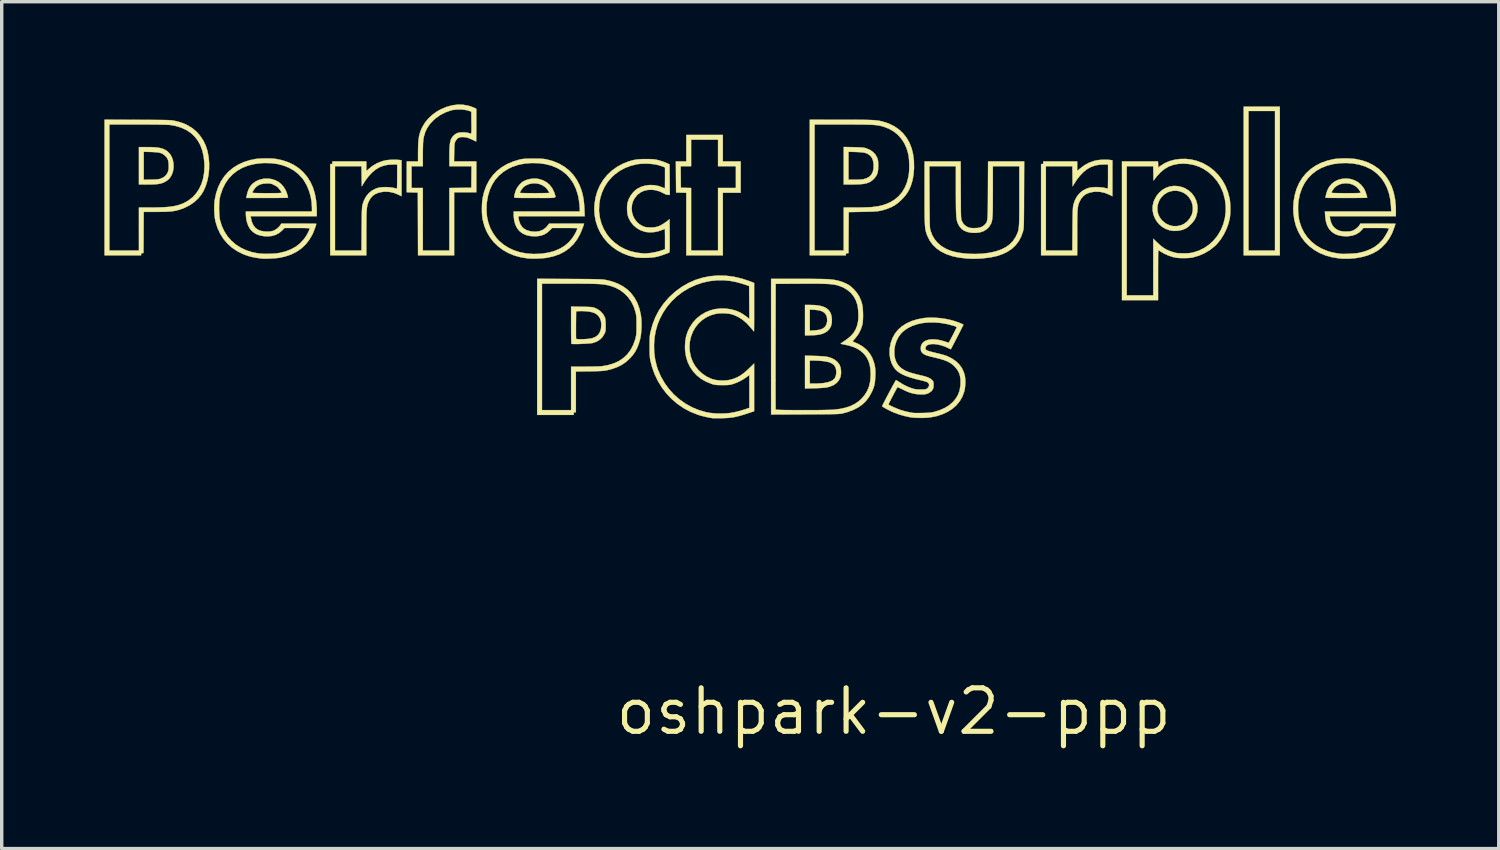
<source format=kicad_pcb>
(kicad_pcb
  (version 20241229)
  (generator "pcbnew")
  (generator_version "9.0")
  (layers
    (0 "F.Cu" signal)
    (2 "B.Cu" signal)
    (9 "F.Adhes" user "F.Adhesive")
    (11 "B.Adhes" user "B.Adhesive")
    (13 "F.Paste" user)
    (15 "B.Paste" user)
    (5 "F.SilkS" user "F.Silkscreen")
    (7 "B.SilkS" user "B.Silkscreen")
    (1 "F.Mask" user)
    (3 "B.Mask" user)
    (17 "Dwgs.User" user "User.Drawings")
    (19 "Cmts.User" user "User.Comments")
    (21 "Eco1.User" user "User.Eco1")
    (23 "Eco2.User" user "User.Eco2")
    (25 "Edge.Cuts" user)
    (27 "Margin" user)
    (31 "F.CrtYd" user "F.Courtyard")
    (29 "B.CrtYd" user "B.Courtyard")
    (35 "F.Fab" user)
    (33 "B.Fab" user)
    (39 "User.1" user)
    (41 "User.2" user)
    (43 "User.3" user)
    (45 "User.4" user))
  (footprint "oshpark-v2-ppp"
    (layer "F.Cu")
    (at 23.055 17.731)
    (property "Reference" "oshpark-v2-ppp" (at 0 0 0) (layer "F.SilkS") (effects (font (size 1.27 1.27) (thickness 0.15))))
    (attr through_hole)
    (fp_poly (pts (xy 11.278 -13.322) (xy 10.223 -13.322) (xy 10.223 -17.539) (xy 10.363 -17.539) (xy 10.363 -13.462) (xy 11.138 -13.462) (xy 11.138 -17.539) (xy 10.363 -17.539) (xy 10.223 -17.539) (xy 10.223 -17.666) (xy 11.278 -17.666) (xy 11.278 -13.322)) (stroke (width 0.01) (type solid)) (fill yes) (layer "F.SilkS"))
    (fp_poly (pts (xy -4.991 -16.066) (xy -4.47 -16.066) (xy -4.47 -15.151) (xy -4.991 -15.151) (xy -4.991 -13.322) (xy -6.058 -13.322) (xy -6.058 -15.15) (xy -6.356 -15.157) (xy -6.36 -15.611) (xy -6.362 -15.926) (xy -6.223 -15.926) (xy -6.217 -15.297) (xy -5.918 -15.29) (xy -5.918 -13.462) (xy -5.131 -13.462) (xy -5.131 -15.291) (xy -4.61 -15.291) (xy -4.61 -15.926) (xy -5.131 -15.926) (xy -5.131 -16.701) (xy -5.918 -16.701) (xy -5.918 -15.926) (xy -6.223 -15.926) (xy -6.362 -15.926) (xy -6.363 -16.066) (xy -6.058 -16.066) (xy -6.058 -16.84) (xy -4.991 -16.84) (xy -4.991 -16.066)) (stroke (width 0.01) (type solid)) (fill yes) (layer "F.SilkS"))
    (fp_poly (pts (xy -2.442 -11.874) (xy -2.292 -11.869) (xy -2.164 -11.852) (xy -2.058 -11.823) (xy -1.972 -11.782) (xy -1.904 -11.728) (xy -1.855 -11.66) (xy -1.823 -11.578) (xy -1.807 -11.48) (xy -1.806 -11.462) (xy -1.809 -11.351) (xy -1.831 -11.257) (xy -1.872 -11.178) (xy -1.933 -11.112) (xy -2.016 -11.059) (xy -2.023 -11.056) (xy -2.089 -11.029) (xy -2.167 -11.009) (xy -2.26 -10.995) (xy -2.371 -10.988) (xy -2.48 -10.986) (xy -2.591 -10.986) (xy -2.591 -11.121) (xy -2.451 -11.121) (xy -2.327 -11.129) (xy -2.265 -11.135) (xy -2.203 -11.143) (xy -2.152 -11.153) (xy -2.137 -11.157) (xy -2.059 -11.191) (xy -2.001 -11.242) (xy -1.963 -11.308) (xy -1.945 -11.389) (xy -1.943 -11.422) (xy -1.949 -11.504) (xy -1.968 -11.568) (xy -2.002 -11.621) (xy -2.018 -11.637) (xy -2.067 -11.675) (xy -2.129 -11.702) (xy -2.206 -11.72) (xy -2.304 -11.731) (xy -2.321 -11.732) (xy -2.451 -11.738) (xy -2.451 -11.121) (xy -2.591 -11.121) (xy -2.591 -11.874) (xy -2.442 -11.874)) (stroke (width 0.01) (type solid)) (fill yes) (layer "F.SilkS"))
    (fp_poly (pts (xy -2.308 -10.385) (xy -2.188 -10.381) (xy -2.087 -10.375) (xy -2.006 -10.368) (xy -1.949 -10.36) (xy -1.939 -10.358) (xy -1.821 -10.323) (xy -1.724 -10.274) (xy -1.647 -10.212) (xy -1.588 -10.134) (xy -1.578 -10.116) (xy -1.552 -10.044) (xy -1.539 -9.96) (xy -1.538 -9.871) (xy -1.551 -9.787) (xy -1.563 -9.748) (xy -1.609 -9.661) (xy -1.676 -9.588) (xy -1.763 -9.529) (xy -1.869 -9.486) (xy -1.943 -9.467) (xy -1.996 -9.459) (xy -2.071 -9.452) (xy -2.165 -9.446) (xy -2.274 -9.441) (xy -2.315 -9.44) (xy -2.591 -9.433) (xy -2.591 -9.576) (xy -2.451 -9.576) (xy -2.302 -9.576) (xy -2.227 -9.578) (xy -2.145 -9.582) (xy -2.07 -9.589) (xy -2.032 -9.594) (xy -1.922 -9.616) (xy -1.834 -9.646) (xy -1.768 -9.685) (xy -1.721 -9.735) (xy -1.692 -9.798) (xy -1.678 -9.875) (xy -1.677 -9.912) (xy -1.685 -10) (xy -1.711 -10.071) (xy -1.755 -10.128) (xy -1.821 -10.173) (xy -1.861 -10.191) (xy -1.915 -10.208) (xy -1.989 -10.223) (xy -2.077 -10.236) (xy -2.172 -10.244) (xy -2.269 -10.248) (xy -2.302 -10.249) (xy -2.451 -10.249) (xy -2.451 -9.576) (xy -2.591 -9.576) (xy -2.591 -10.392) (xy -2.308 -10.385)) (stroke (width 0.01) (type solid)) (fill yes) (layer "F.SilkS"))
    (fp_poly (pts (xy -21.815 -16.484) (xy -21.683 -16.483) (xy -21.571 -16.477) (xy -21.479 -16.467) (xy -21.401 -16.452) (xy -21.335 -16.43) (xy -21.277 -16.402) (xy -21.223 -16.367) (xy -21.205 -16.352) (xy -21.139 -16.283) (xy -21.089 -16.198) (xy -21.055 -16.102) (xy -21.037 -15.998) (xy -21.035 -15.892) (xy -21.05 -15.787) (xy -21.082 -15.689) (xy -21.131 -15.601) (xy -21.163 -15.561) (xy -21.2 -15.527) (xy -21.248 -15.492) (xy -21.285 -15.47) (xy -21.335 -15.445) (xy -21.387 -15.427) (xy -21.444 -15.413) (xy -21.511 -15.403) (xy -21.591 -15.397) (xy -21.689 -15.393) (xy -21.79 -15.393) (xy -22.047 -15.392) (xy -22.047 -15.53) (xy -21.907 -15.53) (xy -21.688 -15.535) (xy -21.604 -15.537) (xy -21.54 -15.54) (xy -21.492 -15.544) (xy -21.455 -15.55) (xy -21.425 -15.559) (xy -21.402 -15.567) (xy -21.327 -15.603) (xy -21.271 -15.648) (xy -21.228 -15.704) (xy -21.213 -15.732) (xy -21.196 -15.769) (xy -21.186 -15.802) (xy -21.18 -15.839) (xy -21.178 -15.888) (xy -21.177 -15.932) (xy -21.181 -16.021) (xy -21.192 -16.09) (xy -21.213 -16.146) (xy -21.246 -16.194) (xy -21.285 -16.234) (xy -21.326 -16.268) (xy -21.367 -16.293) (xy -21.413 -16.312) (xy -21.469 -16.325) (xy -21.539 -16.334) (xy -21.627 -16.339) (xy -21.695 -16.342) (xy -21.907 -16.348) (xy -21.907 -15.53) (xy -22.047 -15.53) (xy -22.047 -16.485) (xy -21.815 -16.484)) (stroke (width 0.01) (type solid)) (fill yes) (layer "F.SilkS"))
    (fp_poly (pts (xy -1.172 -16.482) (xy -1.074 -16.479) (xy -0.997 -16.477) (xy -0.938 -16.473) (xy -0.892 -16.469) (xy -0.855 -16.463) (xy -0.824 -16.456) (xy -0.804 -16.45) (xy -0.693 -16.403) (xy -0.602 -16.34) (xy -0.531 -16.263) (xy -0.481 -16.17) (xy -0.48 -16.169) (xy -0.468 -16.133) (xy -0.46 -16.097) (xy -0.455 -16.054) (xy -0.452 -15.998) (xy -0.452 -15.938) (xy -0.454 -15.84) (xy -0.465 -15.76) (xy -0.484 -15.694) (xy -0.515 -15.636) (xy -0.558 -15.58) (xy -0.575 -15.561) (xy -0.625 -15.514) (xy -0.678 -15.476) (xy -0.737 -15.446) (xy -0.806 -15.424) (xy -0.888 -15.408) (xy -0.986 -15.399) (xy -1.103 -15.394) (xy -1.203 -15.393) (xy -1.46 -15.392) (xy -1.46 -15.532) (xy -1.321 -15.532) (xy -1.137 -15.532) (xy -1.065 -15.533) (xy -0.995 -15.536) (xy -0.936 -15.54) (xy -0.893 -15.545) (xy -0.886 -15.546) (xy -0.788 -15.576) (xy -0.71 -15.621) (xy -0.652 -15.681) (xy -0.612 -15.757) (xy -0.59 -15.851) (xy -0.586 -15.962) (xy -0.587 -15.969) (xy -0.599 -16.068) (xy -0.624 -16.149) (xy -0.666 -16.213) (xy -0.714 -16.256) (xy -0.755 -16.283) (xy -0.799 -16.304) (xy -0.849 -16.319) (xy -0.91 -16.329) (xy -0.987 -16.336) (xy -1.084 -16.341) (xy -1.108 -16.342) (xy -1.321 -16.348) (xy -1.321 -15.532) (xy -1.46 -15.532) (xy -1.46 -16.488) (xy -1.172 -16.482)) (stroke (width 0.01) (type solid)) (fill yes) (layer "F.SilkS"))
    (fp_poly (pts (xy -18.179 -15.552) (xy -18.067 -15.518) (xy -17.968 -15.467) (xy -17.886 -15.4) (xy -17.814 -15.314) (xy -17.756 -15.214) (xy -17.715 -15.105) (xy -17.711 -15.092) (xy -17.701 -15.05) (xy -17.693 -15.019) (xy -17.691 -15.006) (xy -17.703 -15.005) (xy -17.739 -15.003) (xy -17.794 -15.002) (xy -17.868 -15.001) (xy -17.958 -15) (xy -18.06 -14.999) (xy -18.173 -14.999) (xy -18.295 -14.999) (xy -18.302 -14.999) (xy -18.912 -14.999) (xy -18.904 -15.04) (xy -18.878 -15.15) (xy -18.878 -15.152) (xy -18.733 -15.152) (xy -18.72 -15.147) (xy -18.684 -15.144) (xy -18.623 -15.142) (xy -18.537 -15.14) (xy -18.426 -15.139) (xy -18.307 -15.138) (xy -18.19 -15.139) (xy -18.096 -15.139) (xy -18.022 -15.14) (xy -17.967 -15.141) (xy -17.928 -15.144) (xy -17.902 -15.146) (xy -17.888 -15.15) (xy -17.882 -15.155) (xy -17.882 -15.156) (xy -17.889 -15.176) (xy -17.909 -15.208) (xy -17.937 -15.246) (xy -17.967 -15.284) (xy -17.995 -15.314) (xy -18.001 -15.32) (xy -18.026 -15.337) (xy -18.065 -15.36) (xy -18.11 -15.383) (xy -18.152 -15.403) (xy -18.187 -15.414) (xy -18.223 -15.421) (xy -18.27 -15.423) (xy -18.313 -15.423) (xy -18.415 -15.416) (xy -18.5 -15.396) (xy -18.571 -15.362) (xy -18.628 -15.316) (xy -18.663 -15.277) (xy -18.695 -15.234) (xy -18.719 -15.192) (xy -18.732 -15.158) (xy -18.733 -15.152) (xy -18.878 -15.152) (xy -18.848 -15.24) (xy -18.81 -15.314) (xy -18.764 -15.377) (xy -18.72 -15.421) (xy -18.629 -15.486) (xy -18.525 -15.532) (xy -18.412 -15.559) (xy -18.296 -15.565) (xy -18.179 -15.552)) (stroke (width 0.01) (type solid)) (fill yes) (layer "F.SilkS"))
    (fp_poly (pts (xy 8.307 -15.344) (xy 8.43 -15.314) (xy 8.509 -15.282) (xy 8.616 -15.217) (xy 8.706 -15.136) (xy 8.778 -15.041) (xy 8.831 -14.935) (xy 8.864 -14.821) (xy 8.876 -14.701) (xy 8.867 -14.58) (xy 8.835 -14.459) (xy 8.805 -14.391) (xy 8.771 -14.335) (xy 8.721 -14.273) (xy 8.662 -14.212) (xy 8.601 -14.157) (xy 8.544 -14.116) (xy 8.525 -14.105) (xy 8.417 -14.063) (xy 8.299 -14.04) (xy 8.178 -14.036) (xy 8.067 -14.052) (xy 7.95 -14.092) (xy 7.846 -14.152) (xy 7.756 -14.228) (xy 7.681 -14.318) (xy 7.623 -14.419) (xy 7.583 -14.528) (xy 7.563 -14.642) (xy 7.563 -14.644) (xy 7.702 -14.644) (xy 7.721 -14.544) (xy 7.76 -14.449) (xy 7.821 -14.362) (xy 7.855 -14.327) (xy 7.949 -14.253) (xy 8.052 -14.203) (xy 8.16 -14.177) (xy 8.272 -14.176) (xy 8.384 -14.198) (xy 8.48 -14.241) (xy 8.566 -14.306) (xy 8.639 -14.389) (xy 8.696 -14.487) (xy 8.713 -14.527) (xy 8.734 -14.613) (xy 8.738 -14.709) (xy 8.725 -14.807) (xy 8.697 -14.899) (xy 8.69 -14.912) (xy 8.632 -15.009) (xy 8.558 -15.088) (xy 8.47 -15.148) (xy 8.373 -15.189) (xy 8.269 -15.21) (xy 8.162 -15.208) (xy 8.055 -15.184) (xy 7.993 -15.158) (xy 7.899 -15.099) (xy 7.823 -15.024) (xy 7.764 -14.939) (xy 7.724 -14.844) (xy 7.703 -14.745) (xy 7.702 -14.644) (xy 7.563 -14.644) (xy 7.564 -14.759) (xy 7.588 -14.875) (xy 7.613 -14.941) (xy 7.677 -15.058) (xy 7.757 -15.157) (xy 7.85 -15.236) (xy 7.954 -15.296) (xy 8.067 -15.334) (xy 8.185 -15.351) (xy 8.307 -15.344)) (stroke (width 0.01) (type solid)) (fill yes) (layer "F.SilkS"))
    (fp_poly (pts (xy 13.347 -15.552) (xy 13.46 -15.515) (xy 13.563 -15.459) (xy 13.652 -15.383) (xy 13.726 -15.29) (xy 13.755 -15.239) (xy 13.772 -15.199) (xy 13.791 -15.148) (xy 13.809 -15.095) (xy 13.823 -15.048) (xy 13.83 -15.013) (xy 13.83 -15.006) (xy 13.818 -15.005) (xy 13.783 -15.003) (xy 13.727 -15.002) (xy 13.653 -15.001) (xy 13.564 -15) (xy 13.461 -14.999) (xy 13.348 -14.999) (xy 13.227 -14.999) (xy 13.221 -14.999) (xy 13.099 -14.999) (xy 12.985 -14.999) (xy 12.882 -15) (xy 12.792 -15) (xy 12.718 -15.001) (xy 12.661 -15.002) (xy 12.625 -15.003) (xy 12.611 -15.004) (xy 12.611 -15.004) (xy 12.614 -15.018) (xy 12.62 -15.051) (xy 12.629 -15.095) (xy 12.63 -15.1) (xy 12.646 -15.152) (xy 12.789 -15.152) (xy 12.801 -15.147) (xy 12.837 -15.144) (xy 12.898 -15.142) (xy 12.984 -15.14) (xy 13.095 -15.139) (xy 13.214 -15.138) (xy 13.335 -15.139) (xy 13.432 -15.139) (xy 13.508 -15.14) (xy 13.565 -15.142) (xy 13.604 -15.145) (xy 13.628 -15.148) (xy 13.639 -15.152) (xy 13.64 -15.154) (xy 13.631 -15.179) (xy 13.609 -15.215) (xy 13.578 -15.256) (xy 13.542 -15.297) (xy 13.507 -15.33) (xy 13.494 -15.34) (xy 13.407 -15.389) (xy 13.311 -15.418) (xy 13.21 -15.428) (xy 13.111 -15.419) (xy 13.016 -15.392) (xy 12.932 -15.346) (xy 12.885 -15.306) (xy 12.852 -15.269) (xy 12.822 -15.226) (xy 12.8 -15.186) (xy 12.789 -15.155) (xy 12.789 -15.152) (xy 12.646 -15.152) (xy 12.667 -15.222) (xy 12.722 -15.326) (xy 12.796 -15.413) (xy 12.886 -15.482) (xy 12.991 -15.531) (xy 13.1 -15.558) (xy 13.226 -15.566) (xy 13.347 -15.552)) (stroke (width 0.01) (type solid)) (fill yes) (layer "F.SilkS"))
    (fp_poly (pts (xy -10.392 -15.558) (xy -10.368 -15.553) (xy -10.247 -15.516) (xy -10.14 -15.458) (xy -10.05 -15.38) (xy -9.976 -15.285) (xy -9.92 -15.171) (xy -9.901 -15.114) (xy -9.892 -15.087) (xy -9.885 -15.065) (xy -9.88 -15.047) (xy -9.881 -15.032) (xy -9.888 -15.021) (xy -9.905 -15.013) (xy -9.932 -15.006) (xy -9.972 -15.002) (xy -10.027 -15) (xy -10.099 -14.999) (xy -10.19 -14.998) (xy -10.302 -14.998) (xy -10.437 -14.999) (xy -10.484 -14.999) (xy -10.623 -14.999) (xy -10.74 -14.999) (xy -10.835 -14.999) (xy -10.911 -15) (xy -10.97 -15.001) (xy -11.014 -15.003) (xy -11.046 -15.005) (xy -11.067 -15.007) (xy -11.079 -15.011) (xy -11.085 -15.015) (xy -11.087 -15.02) (xy -11.087 -15.021) (xy -11.082 -15.062) (xy -11.069 -15.117) (xy -11.06 -15.148) (xy -10.922 -15.148) (xy -10.91 -15.146) (xy -10.875 -15.144) (xy -10.821 -15.142) (xy -10.75 -15.14) (xy -10.665 -15.139) (xy -10.57 -15.139) (xy -10.49 -15.138) (xy -10.388 -15.139) (xy -10.295 -15.14) (xy -10.213 -15.141) (xy -10.146 -15.142) (xy -10.096 -15.144) (xy -10.066 -15.147) (xy -10.058 -15.149) (xy -10.066 -15.17) (xy -10.087 -15.204) (xy -10.115 -15.243) (xy -10.146 -15.281) (xy -10.175 -15.311) (xy -10.177 -15.313) (xy -10.261 -15.37) (xy -10.356 -15.408) (xy -10.457 -15.426) (xy -10.56 -15.424) (xy -10.66 -15.402) (xy -10.753 -15.36) (xy -10.807 -15.321) (xy -10.831 -15.296) (xy -10.859 -15.26) (xy -10.886 -15.22) (xy -10.908 -15.182) (xy -10.921 -15.154) (xy -10.922 -15.148) (xy -11.06 -15.148) (xy -11.052 -15.177) (xy -11.032 -15.233) (xy -11.016 -15.267) (xy -10.975 -15.333) (xy -10.92 -15.399) (xy -10.86 -15.455) (xy -10.816 -15.486) (xy -10.721 -15.528) (xy -10.614 -15.555) (xy -10.501 -15.566) (xy -10.392 -15.558)) (stroke (width 0.01) (type solid)) (fill yes) (layer "F.SilkS"))
    (fp_poly (pts (xy -9.115 -11.821) (xy -9.017 -11.819) (xy -8.939 -11.817) (xy -8.88 -11.814) (xy -8.835 -11.811) (xy -8.799 -11.806) (xy -8.771 -11.8) (xy -8.744 -11.792) (xy -8.731 -11.788) (xy -8.638 -11.743) (xy -8.556 -11.681) (xy -8.489 -11.606) (xy -8.442 -11.523) (xy -8.43 -11.489) (xy -8.423 -11.453) (xy -8.418 -11.397) (xy -8.415 -11.328) (xy -8.414 -11.271) (xy -8.414 -11.202) (xy -8.416 -11.151) (xy -8.42 -11.114) (xy -8.427 -11.084) (xy -8.438 -11.055) (xy -8.448 -11.034) (xy -8.505 -10.939) (xy -8.58 -10.863) (xy -8.673 -10.804) (xy -8.782 -10.765) (xy -8.79 -10.763) (xy -8.824 -10.757) (xy -8.876 -10.752) (xy -8.941 -10.746) (xy -9.015 -10.742) (xy -9.093 -10.738) (xy -9.172 -10.734) (xy -9.246 -10.732) (xy -9.312 -10.732) (xy -9.364 -10.732) (xy -9.4 -10.735) (xy -9.414 -10.738) (xy -9.416 -10.753) (xy -9.418 -10.79) (xy -9.419 -10.847) (xy -9.421 -10.922) (xy -9.422 -11.011) (xy -9.423 -11.108) (xy -9.281 -11.108) (xy -9.281 -11.029) (xy -9.281 -10.964) (xy -9.279 -10.917) (xy -9.278 -10.89) (xy -9.277 -10.886) (xy -9.262 -10.878) (xy -9.227 -10.874) (xy -9.175 -10.872) (xy -9.113 -10.872) (xy -9.046 -10.874) (xy -8.976 -10.878) (xy -8.911 -10.884) (xy -8.854 -10.892) (xy -8.81 -10.901) (xy -8.807 -10.902) (xy -8.716 -10.938) (xy -8.645 -10.989) (xy -8.593 -11.057) (xy -8.559 -11.143) (xy -8.547 -11.204) (xy -8.54 -11.315) (xy -8.554 -11.415) (xy -8.588 -11.5) (xy -8.64 -11.57) (xy -8.711 -11.623) (xy -8.728 -11.632) (xy -8.798 -11.658) (xy -8.888 -11.678) (xy -8.993 -11.69) (xy -9.106 -11.695) (xy -9.176 -11.694) (xy -9.277 -11.69) (xy -9.281 -11.297) (xy -9.281 -11.199) (xy -9.281 -11.108) (xy -9.423 -11.108) (xy -9.423 -11.112) (xy -9.423 -11.223) (xy -9.423 -11.287) (xy -9.423 -11.826) (xy -9.115 -11.821)) (stroke (width 0.01) (type solid)) (fill yes) (layer "F.SilkS"))
    (fp_poly (pts (xy 6.259 -16.114) (xy 6.329 -16.108) (xy 6.388 -16.1) (xy 6.388 -15.049) (xy 6.302 -15.092) (xy 6.168 -15.147) (xy 6.03 -15.177) (xy 5.892 -15.182) (xy 5.838 -15.177) (xy 5.723 -15.154) (xy 5.628 -15.117) (xy 5.55 -15.064) (xy 5.487 -14.994) (xy 5.442 -14.918) (xy 5.425 -14.883) (xy 5.41 -14.849) (xy 5.398 -14.814) (xy 5.388 -14.776) (xy 5.38 -14.732) (xy 5.374 -14.681) (xy 5.369 -14.619) (xy 5.365 -14.545) (xy 5.363 -14.456) (xy 5.361 -14.35) (xy 5.36 -14.224) (xy 5.36 -14.077) (xy 5.36 -13.973) (xy 5.359 -13.322) (xy 4.305 -13.322) (xy 4.305 -15.926) (xy 4.445 -15.926) (xy 4.445 -13.462) (xy 5.218 -13.462) (xy 5.223 -14.087) (xy 5.224 -14.236) (xy 5.226 -14.361) (xy 5.227 -14.465) (xy 5.229 -14.551) (xy 5.231 -14.621) (xy 5.234 -14.677) (xy 5.237 -14.721) (xy 5.241 -14.755) (xy 5.245 -14.783) (xy 5.249 -14.799) (xy 5.291 -14.927) (xy 5.351 -15.04) (xy 5.428 -15.135) (xy 5.521 -15.212) (xy 5.629 -15.269) (xy 5.71 -15.296) (xy 5.78 -15.308) (xy 5.865 -15.315) (xy 5.957 -15.315) (xy 6.048 -15.31) (xy 6.129 -15.3) (xy 6.163 -15.292) (xy 6.206 -15.282) (xy 6.239 -15.276) (xy 6.255 -15.276) (xy 6.255 -15.276) (xy 6.257 -15.29) (xy 6.258 -15.326) (xy 6.259 -15.381) (xy 6.26 -15.451) (xy 6.261 -15.533) (xy 6.261 -15.624) (xy 6.261 -15.629) (xy 6.261 -15.977) (xy 6.137 -15.976) (xy 6.01 -15.97) (xy 5.897 -15.95) (xy 5.79 -15.914) (xy 5.728 -15.886) (xy 5.632 -15.828) (xy 5.535 -15.748) (xy 5.441 -15.65) (xy 5.352 -15.537) (xy 5.308 -15.47) (xy 5.226 -15.338) (xy 5.223 -15.632) (xy 5.219 -15.926) (xy 4.445 -15.926) (xy 4.305 -15.926) (xy 4.305 -15.989) (xy 4.337 -15.989) (xy 4.36 -15.993) (xy 4.368 -16.011) (xy 4.369 -16.027) (xy 4.369 -16.066) (xy 5.359 -16.066) (xy 5.359 -15.785) (xy 5.436 -15.852) (xy 5.567 -15.952) (xy 5.706 -16.028) (xy 5.855 -16.081) (xy 5.929 -16.098) (xy 5.998 -16.108) (xy 6.083 -16.114) (xy 6.173 -16.116) (xy 6.259 -16.114)) (stroke (width 0.01) (type solid)) (fill yes) (layer "F.SilkS"))
    (fp_poly (pts (xy -14.506 -16.114) (xy -14.435 -16.108) (xy -14.376 -16.1) (xy -14.376 -15.049) (xy -14.462 -15.092) (xy -14.597 -15.147) (xy -14.734 -15.177) (xy -14.873 -15.182) (xy -14.927 -15.177) (xy -15.041 -15.154) (xy -15.136 -15.117) (xy -15.214 -15.064) (xy -15.278 -14.994) (xy -15.323 -14.918) (xy -15.34 -14.883) (xy -15.354 -14.849) (xy -15.366 -14.814) (xy -15.376 -14.776) (xy -15.384 -14.732) (xy -15.39 -14.681) (xy -15.395 -14.619) (xy -15.399 -14.545) (xy -15.402 -14.456) (xy -15.403 -14.35) (xy -15.404 -14.224) (xy -15.405 -14.077) (xy -15.405 -13.973) (xy -15.405 -13.322) (xy -16.459 -13.322) (xy -16.459 -15.926) (xy -16.32 -15.926) (xy -16.32 -13.462) (xy -15.546 -13.462) (xy -15.541 -14.094) (xy -15.54 -14.241) (xy -15.539 -14.365) (xy -15.537 -14.468) (xy -15.536 -14.553) (xy -15.534 -14.621) (xy -15.531 -14.676) (xy -15.528 -14.719) (xy -15.525 -14.753) (xy -15.521 -14.78) (xy -15.516 -14.803) (xy -15.515 -14.807) (xy -15.469 -14.937) (xy -15.407 -15.05) (xy -15.327 -15.144) (xy -15.233 -15.219) (xy -15.124 -15.274) (xy -15.054 -15.296) (xy -14.985 -15.308) (xy -14.9 -15.315) (xy -14.807 -15.315) (xy -14.716 -15.31) (xy -14.636 -15.3) (xy -14.602 -15.292) (xy -14.558 -15.282) (xy -14.525 -15.276) (xy -14.51 -15.276) (xy -14.51 -15.276) (xy -14.508 -15.29) (xy -14.507 -15.326) (xy -14.505 -15.381) (xy -14.504 -15.451) (xy -14.504 -15.533) (xy -14.503 -15.624) (xy -14.503 -15.629) (xy -14.503 -15.977) (xy -14.627 -15.976) (xy -14.754 -15.97) (xy -14.867 -15.95) (xy -14.975 -15.914) (xy -15.037 -15.886) (xy -15.133 -15.828) (xy -15.23 -15.748) (xy -15.324 -15.65) (xy -15.412 -15.537) (xy -15.456 -15.47) (xy -15.538 -15.338) (xy -15.542 -15.632) (xy -15.545 -15.926) (xy -16.32 -15.926) (xy -16.459 -15.926) (xy -16.459 -15.989) (xy -16.427 -15.989) (xy -16.405 -15.993) (xy -16.396 -16.011) (xy -16.396 -16.027) (xy -16.396 -16.066) (xy -15.405 -16.066) (xy -15.405 -15.783) (xy -15.342 -15.841) (xy -15.22 -15.938) (xy -15.084 -16.017) (xy -14.936 -16.074) (xy -14.836 -16.098) (xy -14.766 -16.108) (xy -14.681 -16.114) (xy -14.591 -16.116) (xy -14.506 -16.114)) (stroke (width 0.01) (type solid)) (fill yes) (layer "F.SilkS"))
    (fp_poly (pts (xy -22.082 -17.281) (xy -21.902 -17.28) (xy -21.745 -17.28) (xy -21.61 -17.279) (xy -21.495 -17.278) (xy -21.397 -17.277) (xy -21.315 -17.276) (xy -21.248 -17.274) (xy -21.192 -17.272) (xy -21.147 -17.27) (xy -21.11 -17.268) (xy -21.079 -17.265) (xy -21.053 -17.261) (xy -21.03 -17.257) (xy -21.007 -17.252) (xy -20.993 -17.249) (xy -20.882 -17.222) (xy -20.787 -17.192) (xy -20.699 -17.157) (xy -20.629 -17.124) (xy -20.494 -17.042) (xy -20.371 -16.94) (xy -20.263 -16.82) (xy -20.171 -16.684) (xy -20.099 -16.536) (xy -20.047 -16.379) (xy -20.013 -16.203) (xy -19.996 -16.023) (xy -19.997 -15.843) (xy -20.015 -15.666) (xy -20.05 -15.496) (xy -20.1 -15.337) (xy -20.166 -15.192) (xy -20.22 -15.103) (xy -20.319 -14.981) (xy -20.438 -14.872) (xy -20.574 -14.78) (xy -20.726 -14.705) (xy -20.839 -14.664) (xy -20.905 -14.644) (xy -20.969 -14.628) (xy -21.035 -14.616) (xy -21.106 -14.606) (xy -21.187 -14.6) (xy -21.28 -14.595) (xy -21.391 -14.593) (xy -21.522 -14.592) (xy -21.542 -14.592) (xy -21.907 -14.592) (xy -21.914 -13.392) (xy -21.949 -13.388) (xy -21.975 -13.38) (xy -21.984 -13.359) (xy -21.984 -13.353) (xy -21.984 -13.322) (xy -23.05 -13.322) (xy -23.05 -17.145) (xy -22.911 -17.145) (xy -22.911 -13.462) (xy -22.047 -13.462) (xy -22.047 -14.719) (xy -21.707 -14.719) (xy -21.535 -14.721) (xy -21.385 -14.725) (xy -21.254 -14.732) (xy -21.139 -14.742) (xy -21.038 -14.757) (xy -20.948 -14.776) (xy -20.865 -14.799) (xy -20.786 -14.828) (xy -20.731 -14.852) (xy -20.596 -14.928) (xy -20.476 -15.023) (xy -20.373 -15.136) (xy -20.288 -15.265) (xy -20.22 -15.41) (xy -20.171 -15.568) (xy -20.142 -15.739) (xy -20.132 -15.922) (xy -20.135 -16.021) (xy -20.156 -16.211) (xy -20.195 -16.384) (xy -20.253 -16.54) (xy -20.33 -16.678) (xy -20.425 -16.799) (xy -20.537 -16.902) (xy -20.668 -16.987) (xy -20.817 -17.054) (xy -20.984 -17.104) (xy -21.145 -17.132) (xy -21.181 -17.134) (xy -21.24 -17.137) (xy -21.322 -17.139) (xy -21.424 -17.141) (xy -21.544 -17.143) (xy -21.682 -17.144) (xy -21.836 -17.145) (xy -22.003 -17.145) (xy -22.082 -17.145) (xy -22.911 -17.145) (xy -23.05 -17.145) (xy -23.05 -17.286) (xy -22.082 -17.281)) (stroke (width 0.01) (type solid)) (fill yes) (layer "F.SilkS"))
    (fp_poly (pts (xy -1.553 -17.284) (xy -1.363 -17.284) (xy -1.198 -17.284) (xy -1.053 -17.283) (xy -0.928 -17.282) (xy -0.821 -17.28) (xy -0.729 -17.278) (xy -0.65 -17.275) (xy -0.583 -17.271) (xy -0.525 -17.266) (xy -0.475 -17.261) (xy -0.43 -17.254) (xy -0.388 -17.246) (xy -0.348 -17.237) (xy -0.314 -17.228) (xy -0.142 -17.171) (xy 0.014 -17.094) (xy 0.152 -17) (xy 0.272 -16.889) (xy 0.374 -16.76) (xy 0.457 -16.616) (xy 0.521 -16.456) (xy 0.565 -16.281) (xy 0.59 -16.091) (xy 0.594 -15.888) (xy 0.593 -15.85) (xy 0.578 -15.675) (xy 0.55 -15.517) (xy 0.507 -15.373) (xy 0.497 -15.348) (xy 0.455 -15.249) (xy 0.408 -15.164) (xy 0.353 -15.085) (xy 0.284 -15.005) (xy 0.235 -14.954) (xy 0.138 -14.864) (xy 0.043 -14.793) (xy -0.056 -14.737) (xy -0.167 -14.69) (xy -0.194 -14.68) (xy -0.257 -14.66) (xy -0.314 -14.643) (xy -0.368 -14.629) (xy -0.424 -14.618) (xy -0.485 -14.61) (xy -0.555 -14.604) (xy -0.637 -14.6) (xy -0.736 -14.597) (xy -0.855 -14.594) (xy -0.908 -14.593) (xy -1.314 -14.586) (xy -1.318 -13.986) (xy -1.321 -13.386) (xy -1.359 -13.386) (xy -1.386 -13.382) (xy -1.396 -13.368) (xy -1.397 -13.354) (xy -1.397 -13.322) (xy -2.451 -13.322) (xy -2.451 -13.462) (xy -2.311 -13.462) (xy -1.46 -13.462) (xy -1.46 -14.719) (xy -1.121 -14.719) (xy -1.02 -14.72) (xy -0.919 -14.721) (xy -0.823 -14.724) (xy -0.738 -14.727) (xy -0.668 -14.73) (xy -0.631 -14.733) (xy -0.441 -14.759) (xy -0.269 -14.804) (xy -0.115 -14.867) (xy 0.021 -14.947) (xy 0.14 -15.045) (xy 0.24 -15.161) (xy 0.321 -15.293) (xy 0.384 -15.443) (xy 0.428 -15.61) (xy 0.445 -15.717) (xy 0.452 -15.799) (xy 0.455 -15.895) (xy 0.454 -15.997) (xy 0.449 -16.098) (xy 0.441 -16.19) (xy 0.429 -16.265) (xy 0.427 -16.275) (xy 0.379 -16.442) (xy 0.312 -16.593) (xy 0.226 -16.726) (xy 0.123 -16.842) (xy 0.002 -16.94) (xy -0.136 -17.019) (xy -0.291 -17.079) (xy -0.318 -17.087) (xy -0.358 -17.098) (xy -0.397 -17.107) (xy -0.439 -17.115) (xy -0.483 -17.122) (xy -0.534 -17.128) (xy -0.592 -17.133) (xy -0.66 -17.137) (xy -0.74 -17.139) (xy -0.834 -17.142) (xy -0.944 -17.143) (xy -1.072 -17.144) (xy -1.221 -17.145) (xy -1.392 -17.145) (xy -1.476 -17.145) (xy -2.311 -17.145) (xy -2.311 -13.462) (xy -2.451 -13.462) (xy -2.451 -17.285) (xy -1.553 -17.284)) (stroke (width 0.01) (type solid)) (fill yes) (layer "F.SilkS"))
    (fp_poly (pts (xy -9.477 -12.633) (xy -9.296 -12.632) (xy -9.137 -12.631) (xy -9.001 -12.63) (xy -8.884 -12.629) (xy -8.785 -12.627) (xy -8.701 -12.625) (xy -8.632 -12.624) (xy -8.576 -12.621) (xy -8.529 -12.619) (xy -8.491 -12.616) (xy -8.46 -12.612) (xy -8.433 -12.608) (xy -8.424 -12.607) (xy -8.235 -12.562) (xy -8.065 -12.5) (xy -7.912 -12.419) (xy -7.777 -12.322) (xy -7.661 -12.206) (xy -7.564 -12.074) (xy -7.485 -11.924) (xy -7.425 -11.758) (xy -7.385 -11.575) (xy -7.384 -11.568) (xy -7.372 -11.468) (xy -7.367 -11.354) (xy -7.367 -11.234) (xy -7.373 -11.115) (xy -7.384 -11.003) (xy -7.4 -10.906) (xy -7.408 -10.871) (xy -7.449 -10.732) (xy -7.497 -10.612) (xy -7.552 -10.507) (xy -7.619 -10.411) (xy -7.701 -10.319) (xy -7.721 -10.298) (xy -7.829 -10.202) (xy -7.945 -10.123) (xy -8.074 -10.059) (xy -8.218 -10.007) (xy -8.366 -9.968) (xy -8.405 -9.96) (xy -8.445 -9.954) (xy -8.488 -9.949) (xy -8.539 -9.945) (xy -8.601 -9.942) (xy -8.677 -9.939) (xy -8.772 -9.937) (xy -8.887 -9.935) (xy -9.284 -9.929) (xy -9.284 -8.738) (xy -9.315 -8.738) (xy -9.338 -8.733) (xy -9.346 -8.716) (xy -9.347 -8.7) (xy -9.347 -8.661) (xy -10.414 -8.661) (xy -10.414 -12.497) (xy -10.274 -12.497) (xy -10.274 -8.801) (xy -9.423 -8.801) (xy -9.423 -10.071) (xy -9.026 -10.071) (xy -8.922 -10.072) (xy -8.821 -10.073) (xy -8.727 -10.075) (xy -8.645 -10.077) (xy -8.578 -10.08) (xy -8.531 -10.083) (xy -8.521 -10.084) (xy -8.339 -10.117) (xy -8.173 -10.167) (xy -8.026 -10.236) (xy -7.896 -10.323) (xy -7.784 -10.428) (xy -7.69 -10.552) (xy -7.614 -10.693) (xy -7.555 -10.853) (xy -7.54 -10.907) (xy -7.531 -10.948) (xy -7.523 -10.987) (xy -7.518 -11.029) (xy -7.515 -11.079) (xy -7.513 -11.142) (xy -7.512 -11.222) (xy -7.512 -11.284) (xy -7.513 -11.377) (xy -7.514 -11.45) (xy -7.516 -11.508) (xy -7.52 -11.554) (xy -7.526 -11.595) (xy -7.534 -11.635) (xy -7.541 -11.665) (xy -7.594 -11.826) (xy -7.666 -11.971) (xy -7.758 -12.101) (xy -7.868 -12.213) (xy -7.994 -12.307) (xy -8.137 -12.382) (xy -8.295 -12.437) (xy -8.35 -12.45) (xy -8.395 -12.459) (xy -8.441 -12.467) (xy -8.492 -12.474) (xy -8.55 -12.48) (xy -8.615 -12.485) (xy -8.692 -12.488) (xy -8.78 -12.491) (xy -8.884 -12.493) (xy -9.005 -12.495) (xy -9.145 -12.496) (xy -9.306 -12.497) (xy -9.488 -12.497) (xy -10.274 -12.497) (xy -10.414 -12.497) (xy -10.414 -12.638) (xy -9.477 -12.633)) (stroke (width 0.01) (type solid)) (fill yes) (layer "F.SilkS"))
    (fp_poly (pts (xy 8.69 -16.122) (xy 8.849 -16.084) (xy 9.003 -16.027) (xy 9.049 -16.005) (xy 9.213 -15.91) (xy 9.359 -15.796) (xy 9.488 -15.664) (xy 9.599 -15.516) (xy 9.69 -15.353) (xy 9.761 -15.175) (xy 9.811 -14.984) (xy 9.813 -14.976) (xy 9.824 -14.898) (xy 9.831 -14.803) (xy 9.834 -14.7) (xy 9.833 -14.596) (xy 9.828 -14.5) (xy 9.819 -14.42) (xy 9.818 -14.415) (xy 9.779 -14.252) (xy 9.72 -14.091) (xy 9.644 -13.936) (xy 9.554 -13.792) (xy 9.452 -13.664) (xy 9.385 -13.597) (xy 9.242 -13.482) (xy 9.085 -13.387) (xy 8.914 -13.313) (xy 8.734 -13.26) (xy 8.719 -13.257) (xy 8.676 -13.251) (xy 8.616 -13.246) (xy 8.544 -13.243) (xy 8.469 -13.242) (xy 8.458 -13.242) (xy 8.377 -13.243) (xy 8.313 -13.246) (xy 8.26 -13.252) (xy 8.209 -13.261) (xy 8.153 -13.275) (xy 8.151 -13.275) (xy 8.026 -13.316) (xy 7.905 -13.37) (xy 7.797 -13.433) (xy 7.791 -13.437) (xy 7.759 -13.458) (xy 7.736 -13.472) (xy 7.729 -13.475) (xy 7.728 -13.462) (xy 7.726 -13.427) (xy 7.725 -13.37) (xy 7.724 -13.295) (xy 7.723 -13.204) (xy 7.723 -13.098) (xy 7.722 -12.981) (xy 7.722 -12.853) (xy 7.722 -12.744) (xy 7.722 -12.014) (xy 6.668 -12.014) (xy 6.668 -15.926) (xy 6.807 -15.926) (xy 6.807 -12.154) (xy 7.582 -12.154) (xy 7.582 -13.809) (xy 7.693 -13.701) (xy 7.782 -13.62) (xy 7.862 -13.556) (xy 7.942 -13.505) (xy 8.025 -13.464) (xy 8.12 -13.429) (xy 8.162 -13.416) (xy 8.211 -13.402) (xy 8.254 -13.392) (xy 8.299 -13.386) (xy 8.352 -13.383) (xy 8.42 -13.382) (xy 8.458 -13.381) (xy 8.542 -13.382) (xy 8.609 -13.385) (xy 8.664 -13.391) (xy 8.717 -13.4) (xy 8.755 -13.409) (xy 8.919 -13.462) (xy 9.072 -13.539) (xy 9.213 -13.636) (xy 9.341 -13.754) (xy 9.453 -13.89) (xy 9.473 -13.92) (xy 9.563 -14.076) (xy 9.63 -14.242) (xy 9.675 -14.417) (xy 9.698 -14.596) (xy 9.697 -14.778) (xy 9.674 -14.96) (xy 9.627 -15.14) (xy 9.608 -15.192) (xy 9.538 -15.346) (xy 9.447 -15.49) (xy 9.337 -15.621) (xy 9.212 -15.737) (xy 9.075 -15.834) (xy 8.928 -15.91) (xy 8.921 -15.912) (xy 8.773 -15.962) (xy 8.614 -15.992) (xy 8.461 -16.002) (xy 8.304 -15.993) (xy 8.162 -15.964) (xy 8.031 -15.915) (xy 7.91 -15.844) (xy 7.797 -15.751) (xy 7.688 -15.633) (xy 7.664 -15.602) (xy 7.588 -15.506) (xy 7.585 -15.716) (xy 7.581 -15.926) (xy 6.807 -15.926) (xy 6.668 -15.926) (xy 6.668 -16.066) (xy 7.72 -16.066) (xy 7.724 -15.976) (xy 7.728 -15.886) (xy 7.798 -15.939) (xy 7.922 -16.017) (xy 8.061 -16.076) (xy 8.21 -16.116) (xy 8.367 -16.137) (xy 8.528 -16.139) (xy 8.69 -16.122)) (stroke (width 0.01) (type solid)) (fill yes) (layer "F.SilkS"))
    (fp_poly (pts (xy -12.575 -17.721) (xy -12.421 -17.692) (xy -12.362 -17.674) (xy -12.311 -17.655) (xy -12.264 -17.637) (xy -12.233 -17.623) (xy -12.192 -17.602) (xy -12.192 -17.126) (xy -12.192 -17.019) (xy -12.193 -16.92) (xy -12.193 -16.832) (xy -12.194 -16.759) (xy -12.195 -16.702) (xy -12.196 -16.665) (xy -12.197 -16.65) (xy -12.197 -16.65) (xy -12.21 -16.655) (xy -12.241 -16.669) (xy -12.284 -16.689) (xy -12.321 -16.707) (xy -12.407 -16.744) (xy -12.479 -16.767) (xy -12.522 -16.774) (xy -12.608 -16.779) (xy -12.676 -16.77) (xy -12.729 -16.746) (xy -12.771 -16.705) (xy -12.801 -16.655) (xy -12.812 -16.633) (xy -12.82 -16.611) (xy -12.826 -16.586) (xy -12.83 -16.553) (xy -12.833 -16.509) (xy -12.835 -16.45) (xy -12.837 -16.37) (xy -12.838 -16.329) (xy -12.843 -16.066) (xy -12.192 -16.066) (xy -12.192 -15.164) (xy -12.84 -15.164) (xy -12.84 -13.322) (xy -13.894 -13.322) (xy -13.897 -14.24) (xy -13.9 -15.157) (xy -14.062 -15.161) (xy -14.224 -15.165) (xy -14.224 -15.926) (xy -14.084 -15.926) (xy -14.084 -15.291) (xy -13.754 -15.291) (xy -13.754 -13.462) (xy -12.979 -13.462) (xy -12.979 -15.29) (xy -12.338 -15.297) (xy -12.335 -15.611) (xy -12.331 -15.926) (xy -12.979 -15.926) (xy -12.979 -16.198) (xy -12.978 -16.332) (xy -12.975 -16.443) (xy -12.968 -16.534) (xy -12.959 -16.608) (xy -12.946 -16.668) (xy -12.93 -16.717) (xy -12.929 -16.72) (xy -12.891 -16.781) (xy -12.838 -16.838) (xy -12.777 -16.881) (xy -12.742 -16.896) (xy -12.682 -16.909) (xy -12.609 -16.915) (xy -12.531 -16.914) (xy -12.46 -16.906) (xy -12.426 -16.897) (xy -12.387 -16.887) (xy -12.357 -16.88) (xy -12.347 -16.878) (xy -12.342 -16.884) (xy -12.338 -16.9) (xy -12.336 -16.932) (xy -12.334 -16.98) (xy -12.334 -17.047) (xy -12.334 -17.135) (xy -12.335 -17.199) (xy -12.338 -17.52) (xy -12.427 -17.551) (xy -12.502 -17.569) (xy -12.593 -17.58) (xy -12.692 -17.584) (xy -12.791 -17.58) (xy -12.882 -17.568) (xy -12.922 -17.559) (xy -13.089 -17.501) (xy -13.244 -17.422) (xy -13.386 -17.321) (xy -13.441 -17.272) (xy -13.545 -17.161) (xy -13.626 -17.044) (xy -13.686 -16.918) (xy -13.726 -16.779) (xy -13.74 -16.696) (xy -13.744 -16.656) (xy -13.748 -16.595) (xy -13.75 -16.518) (xy -13.752 -16.43) (xy -13.754 -16.336) (xy -13.754 -16.261) (xy -13.754 -15.926) (xy -14.084 -15.926) (xy -14.224 -15.926) (xy -14.224 -16.066) (xy -13.894 -16.066) (xy -13.894 -16.323) (xy -13.892 -16.466) (xy -13.888 -16.588) (xy -13.879 -16.692) (xy -13.867 -16.783) (xy -13.849 -16.865) (xy -13.825 -16.941) (xy -13.794 -17.016) (xy -13.773 -17.062) (xy -13.695 -17.194) (xy -13.596 -17.316) (xy -13.478 -17.427) (xy -13.344 -17.524) (xy -13.227 -17.589) (xy -13.059 -17.66) (xy -12.894 -17.705) (xy -12.733 -17.726) (xy -12.575 -17.721)) (stroke (width 0.01) (type solid)) (fill yes) (layer "F.SilkS"))
    (fp_poly (pts (xy -10.426 -16.147) (xy -10.345 -16.146) (xy -10.28 -16.144) (xy -10.227 -16.139) (xy -10.182 -16.133) (xy -10.14 -16.125) (xy -10.137 -16.125) (xy -9.947 -16.072) (xy -9.775 -16.001) (xy -9.619 -15.911) (xy -9.482 -15.803) (xy -9.362 -15.677) (xy -9.26 -15.533) (xy -9.176 -15.371) (xy -9.126 -15.24) (xy -9.094 -15.132) (xy -9.07 -15.024) (xy -9.052 -14.907) (xy -9.04 -14.775) (xy -9.034 -14.665) (xy -9.026 -14.465) (xy -10.96 -14.465) (xy -10.96 -14.43) (xy -10.957 -14.397) (xy -10.948 -14.353) (xy -10.943 -14.332) (xy -10.908 -14.234) (xy -10.858 -14.157) (xy -10.793 -14.097) (xy -10.71 -14.053) (xy -10.608 -14.025) (xy -10.576 -14.02) (xy -10.459 -14.013) (xy -10.352 -14.028) (xy -10.256 -14.064) (xy -10.173 -14.122) (xy -10.118 -14.18) (xy -10.065 -14.249) (xy -9.043 -14.249) (xy -9.088 -14.119) (xy -9.161 -13.943) (xy -9.249 -13.787) (xy -9.354 -13.649) (xy -9.475 -13.532) (xy -9.613 -13.433) (xy -9.767 -13.354) (xy -9.938 -13.294) (xy -10.126 -13.252) (xy -10.126 -13.252) (xy -10.213 -13.241) (xy -10.315 -13.233) (xy -10.424 -13.228) (xy -10.531 -13.227) (xy -10.628 -13.229) (xy -10.693 -13.234) (xy -10.894 -13.266) (xy -11.082 -13.318) (xy -11.256 -13.39) (xy -11.415 -13.48) (xy -11.559 -13.588) (xy -11.686 -13.712) (xy -11.795 -13.852) (xy -11.885 -14.006) (xy -11.954 -14.173) (xy -12.003 -14.353) (xy -12.015 -14.421) (xy -12.023 -14.499) (xy -12.028 -14.594) (xy -12.028 -14.639) (xy -11.895 -14.639) (xy -11.88 -14.455) (xy -11.842 -14.28) (xy -11.782 -14.115) (xy -11.7 -13.963) (xy -11.598 -13.823) (xy -11.527 -13.747) (xy -11.396 -13.635) (xy -11.248 -13.542) (xy -11.086 -13.467) (xy -10.911 -13.412) (xy -10.724 -13.377) (xy -10.528 -13.362) (xy -10.324 -13.368) (xy -10.264 -13.374) (xy -10.074 -13.404) (xy -9.901 -13.453) (xy -9.746 -13.52) (xy -9.608 -13.605) (xy -9.487 -13.709) (xy -9.384 -13.831) (xy -9.298 -13.971) (xy -9.261 -14.048) (xy -9.248 -14.083) (xy -9.242 -14.108) (xy -9.243 -14.115) (xy -9.257 -14.117) (xy -9.293 -14.119) (xy -9.348 -14.12) (xy -9.419 -14.121) (xy -9.502 -14.122) (xy -9.594 -14.122) (xy -9.613 -14.122) (xy -9.977 -14.122) (xy -10.034 -14.064) (xy -10.119 -13.987) (xy -10.207 -13.932) (xy -10.303 -13.898) (xy -10.412 -13.881) (xy -10.48 -13.878) (xy -10.614 -13.887) (xy -10.731 -13.913) (xy -10.831 -13.956) (xy -10.917 -14.018) (xy -10.931 -14.031) (xy -10.999 -14.114) (xy -11.05 -14.215) (xy -11.084 -14.331) (xy -11.099 -14.459) (xy -11.1 -14.499) (xy -11.1 -14.605) (xy -9.169 -14.605) (xy -9.169 -14.661) (xy -9.173 -14.739) (xy -9.181 -14.832) (xy -9.194 -14.929) (xy -9.21 -15.022) (xy -9.226 -15.092) (xy -9.282 -15.266) (xy -9.356 -15.424) (xy -9.449 -15.563) (xy -9.559 -15.686) (xy -9.687 -15.789) (xy -9.831 -15.874) (xy -9.991 -15.94) (xy -10.167 -15.986) (xy -10.357 -16.013) (xy -10.368 -16.014) (xy -10.579 -16.019) (xy -10.779 -16.003) (xy -10.965 -15.966) (xy -11.139 -15.908) (xy -11.249 -15.856) (xy -11.398 -15.764) (xy -11.527 -15.656) (xy -11.637 -15.532) (xy -11.728 -15.391) (xy -11.799 -15.235) (xy -11.851 -15.061) (xy -11.884 -14.872) (xy -11.888 -14.831) (xy -11.895 -14.639) (xy -12.028 -14.639) (xy -12.029 -14.697) (xy -12.026 -14.801) (xy -12.02 -14.897) (xy -12.01 -14.977) (xy -12.009 -14.988) (xy -11.963 -15.181) (xy -11.898 -15.358) (xy -11.813 -15.518) (xy -11.71 -15.662) (xy -11.587 -15.789) (xy -11.446 -15.899) (xy -11.287 -15.991) (xy -11.109 -16.066) (xy -10.935 -16.118) (xy -10.892 -16.128) (xy -10.853 -16.135) (xy -10.811 -16.14) (xy -10.764 -16.144) (xy -10.705 -16.146) (xy -10.631 -16.147) (xy -10.537 -16.148) (xy -10.528 -16.148) (xy -10.426 -16.147)) (stroke (width 0.01) (type solid)) (fill yes) (layer "F.SilkS"))
    (fp_poly (pts (xy -2.804 -12.636) (xy -2.66 -12.636) (xy -2.521 -12.636) (xy -2.387 -12.635) (xy -2.263 -12.633) (xy -2.151 -12.632) (xy -2.054 -12.63) (xy -1.974 -12.628) (xy -1.914 -12.625) (xy -1.88 -12.623) (xy -1.734 -12.606) (xy -1.607 -12.579) (xy -1.49 -12.541) (xy -1.397 -12.501) (xy -1.337 -12.471) (xy -1.289 -12.441) (xy -1.244 -12.406) (xy -1.195 -12.361) (xy -1.167 -12.333) (xy -1.079 -12.233) (xy -1.01 -12.127) (xy -0.957 -12.008) (xy -0.925 -11.906) (xy -0.912 -11.837) (xy -0.902 -11.75) (xy -0.897 -11.653) (xy -0.895 -11.551) (xy -0.898 -11.452) (xy -0.905 -11.364) (xy -0.917 -11.292) (xy -0.919 -11.284) (xy -0.964 -11.151) (xy -1.029 -11.025) (xy -1.111 -10.914) (xy -1.124 -10.899) (xy -1.163 -10.857) (xy -1.185 -10.829) (xy -1.194 -10.812) (xy -1.192 -10.803) (xy -1.185 -10.8) (xy -1.032 -10.734) (xy -0.9 -10.655) (xy -0.788 -10.561) (xy -0.697 -10.452) (xy -0.626 -10.328) (xy -0.575 -10.188) (xy -0.557 -10.116) (xy -0.546 -10.058) (xy -0.539 -10.006) (xy -0.536 -9.953) (xy -0.535 -9.89) (xy -0.537 -9.81) (xy -0.537 -9.798) (xy -0.543 -9.693) (xy -0.551 -9.607) (xy -0.565 -9.531) (xy -0.586 -9.46) (xy -0.615 -9.386) (xy -0.648 -9.315) (xy -0.724 -9.181) (xy -0.814 -9.064) (xy -0.92 -8.963) (xy -1.043 -8.877) (xy -1.185 -8.805) (xy -1.347 -8.745) (xy -1.499 -8.704) (xy -1.518 -8.7) (xy -1.541 -8.696) (xy -1.568 -8.693) (xy -1.602 -8.691) (xy -1.644 -8.688) (xy -1.695 -8.686) (xy -1.759 -8.685) (xy -1.837 -8.683) (xy -1.929 -8.682) (xy -2.04 -8.681) (xy -2.169 -8.68) (xy -2.319 -8.679) (xy -2.492 -8.678) (xy -2.588 -8.677) (xy -3.581 -8.673) (xy -3.581 -9.854) (xy -3.452 -9.854) (xy -3.452 -9.676) (xy -3.452 -9.511) (xy -3.452 -9.36) (xy -3.452 -9.225) (xy -3.451 -9.106) (xy -3.451 -9.006) (xy -3.45 -8.925) (xy -3.45 -8.866) (xy -3.449 -8.829) (xy -3.449 -8.817) (xy -3.435 -8.814) (xy -3.399 -8.811) (xy -3.342 -8.808) (xy -3.267 -8.806) (xy -3.178 -8.804) (xy -3.075 -8.803) (xy -2.962 -8.802) (xy -2.842 -8.801) (xy -2.716 -8.801) (xy -2.588 -8.801) (xy -2.46 -8.801) (xy -2.334 -8.801) (xy -2.214 -8.802) (xy -2.101 -8.804) (xy -1.998 -8.806) (xy -1.907 -8.808) (xy -1.832 -8.81) (xy -1.774 -8.813) (xy -1.758 -8.814) (xy -1.572 -8.837) (xy -1.407 -8.872) (xy -1.261 -8.921) (xy -1.132 -8.985) (xy -1.019 -9.063) (xy -0.94 -9.135) (xy -0.846 -9.246) (xy -0.773 -9.365) (xy -0.721 -9.493) (xy -0.688 -9.635) (xy -0.674 -9.791) (xy -0.673 -9.844) (xy -0.68 -9.994) (xy -0.701 -10.126) (xy -0.738 -10.242) (xy -0.79 -10.344) (xy -0.86 -10.435) (xy -0.887 -10.463) (xy -0.974 -10.538) (xy -1.071 -10.599) (xy -1.184 -10.649) (xy -1.315 -10.689) (xy -1.426 -10.713) (xy -1.478 -10.723) (xy -1.519 -10.733) (xy -1.544 -10.74) (xy -1.549 -10.743) (xy -1.539 -10.753) (xy -1.513 -10.772) (xy -1.474 -10.798) (xy -1.457 -10.809) (xy -1.339 -10.892) (xy -1.244 -10.975) (xy -1.169 -11.062) (xy -1.112 -11.157) (xy -1.071 -11.262) (xy -1.043 -11.382) (xy -1.041 -11.396) (xy -1.033 -11.473) (xy -1.031 -11.566) (xy -1.034 -11.665) (xy -1.042 -11.761) (xy -1.054 -11.846) (xy -1.06 -11.874) (xy -1.105 -12.008) (xy -1.171 -12.126) (xy -1.256 -12.23) (xy -1.36 -12.317) (xy -1.481 -12.388) (xy -1.62 -12.44) (xy -1.638 -12.445) (xy -1.681 -12.456) (xy -1.726 -12.465) (xy -1.776 -12.473) (xy -1.832 -12.479) (xy -1.898 -12.485) (xy -1.974 -12.489) (xy -2.064 -12.492) (xy -2.169 -12.494) (xy -2.292 -12.495) (xy -2.434 -12.495) (xy -2.598 -12.495) (xy -2.731 -12.494) (xy -3.448 -12.49) (xy -3.451 -10.662) (xy -3.452 -10.448) (xy -3.452 -10.241) (xy -3.452 -10.043) (xy -3.452 -9.854) (xy -3.581 -9.854) (xy -3.581 -12.636) (xy -2.804 -12.636)) (stroke (width 0.01) (type solid)) (fill yes) (layer "F.SilkS"))
    (fp_poly (pts (xy 13.265 -16.153) (xy 13.368 -16.148) (xy 13.458 -16.141) (xy 13.494 -16.136) (xy 13.684 -16.094) (xy 13.857 -16.034) (xy 14.014 -15.955) (xy 14.156 -15.857) (xy 14.257 -15.767) (xy 14.374 -15.634) (xy 14.471 -15.487) (xy 14.549 -15.325) (xy 14.607 -15.148) (xy 14.646 -14.956) (xy 14.666 -14.747) (xy 14.668 -14.627) (xy 14.668 -14.465) (xy 12.737 -14.465) (xy 12.745 -14.405) (xy 12.772 -14.294) (xy 12.814 -14.202) (xy 12.874 -14.128) (xy 12.952 -14.072) (xy 13.024 -14.04) (xy 13.087 -14.025) (xy 13.165 -14.018) (xy 13.247 -14.017) (xy 13.326 -14.023) (xy 13.39 -14.037) (xy 13.395 -14.038) (xy 13.446 -14.063) (xy 13.502 -14.1) (xy 13.554 -14.145) (xy 13.596 -14.19) (xy 13.614 -14.216) (xy 13.631 -14.249) (xy 14.144 -14.249) (xy 14.255 -14.249) (xy 14.358 -14.249) (xy 14.45 -14.249) (xy 14.528 -14.248) (xy 14.59 -14.248) (xy 14.633 -14.247) (xy 14.654 -14.246) (xy 14.656 -14.246) (xy 14.651 -14.227) (xy 14.64 -14.19) (xy 14.623 -14.141) (xy 14.603 -14.087) (xy 14.582 -14.032) (xy 14.563 -13.983) (xy 14.548 -13.948) (xy 14.473 -13.813) (xy 14.38 -13.685) (xy 14.272 -13.571) (xy 14.155 -13.474) (xy 14.131 -13.458) (xy 13.996 -13.382) (xy 13.842 -13.32) (xy 13.674 -13.273) (xy 13.495 -13.241) (xy 13.307 -13.225) (xy 13.115 -13.226) (xy 13.011 -13.234) (xy 12.808 -13.266) (xy 12.618 -13.318) (xy 12.443 -13.39) (xy 12.284 -13.481) (xy 12.141 -13.589) (xy 12.015 -13.714) (xy 11.907 -13.854) (xy 11.819 -14.01) (xy 11.75 -14.179) (xy 11.702 -14.361) (xy 11.676 -14.556) (xy 11.672 -14.679) (xy 11.812 -14.679) (xy 11.817 -14.558) (xy 11.829 -14.443) (xy 11.846 -14.34) (xy 11.854 -14.309) (xy 11.91 -14.142) (xy 11.987 -13.987) (xy 12.085 -13.848) (xy 12.201 -13.723) (xy 12.336 -13.615) (xy 12.488 -13.525) (xy 12.656 -13.454) (xy 12.7 -13.439) (xy 12.756 -13.422) (xy 12.809 -13.409) (xy 12.866 -13.397) (xy 12.933 -13.385) (xy 13.017 -13.372) (xy 13.049 -13.368) (xy 13.09 -13.365) (xy 13.151 -13.364) (xy 13.224 -13.366) (xy 13.305 -13.369) (xy 13.387 -13.373) (xy 13.464 -13.379) (xy 13.529 -13.385) (xy 13.576 -13.392) (xy 13.753 -13.435) (xy 13.911 -13.495) (xy 14.051 -13.572) (xy 14.174 -13.667) (xy 14.279 -13.779) (xy 14.294 -13.798) (xy 14.324 -13.841) (xy 14.358 -13.894) (xy 14.391 -13.95) (xy 14.421 -14.005) (xy 14.446 -14.054) (xy 14.461 -14.091) (xy 14.465 -14.108) (xy 14.457 -14.113) (xy 14.43 -14.116) (xy 14.385 -14.119) (xy 14.318 -14.121) (xy 14.229 -14.122) (xy 14.117 -14.122) (xy 14.093 -14.122) (xy 13.72 -14.122) (xy 13.679 -14.071) (xy 13.602 -13.996) (xy 13.509 -13.938) (xy 13.4 -13.9) (xy 13.277 -13.881) (xy 13.214 -13.879) (xy 13.091 -13.887) (xy 12.986 -13.908) (xy 12.894 -13.944) (xy 12.813 -13.996) (xy 12.777 -14.028) (xy 12.712 -14.103) (xy 12.663 -14.193) (xy 12.628 -14.301) (xy 12.607 -14.429) (xy 12.603 -14.481) (xy 12.595 -14.605) (xy 14.533 -14.605) (xy 14.525 -14.767) (xy 14.505 -14.958) (xy 14.465 -15.137) (xy 14.407 -15.303) (xy 14.33 -15.453) (xy 14.235 -15.588) (xy 14.124 -15.705) (xy 13.996 -15.804) (xy 13.935 -15.841) (xy 13.779 -15.916) (xy 13.607 -15.97) (xy 13.423 -16.005) (xy 13.228 -16.019) (xy 13.035 -16.014) (xy 12.84 -15.988) (xy 12.659 -15.942) (xy 12.494 -15.877) (xy 12.345 -15.793) (xy 12.213 -15.69) (xy 12.098 -15.57) (xy 12.001 -15.433) (xy 11.923 -15.279) (xy 11.865 -15.109) (xy 11.826 -14.924) (xy 11.822 -14.899) (xy 11.814 -14.795) (xy 11.812 -14.679) (xy 11.672 -14.679) (xy 11.671 -14.686) (xy 11.682 -14.892) (xy 11.715 -15.086) (xy 11.768 -15.267) (xy 11.841 -15.433) (xy 11.934 -15.585) (xy 12.046 -15.72) (xy 12.175 -15.839) (xy 12.323 -15.941) (xy 12.486 -16.025) (xy 12.666 -16.089) (xy 12.861 -16.134) (xy 12.871 -16.136) (xy 12.952 -16.145) (xy 13.049 -16.151) (xy 13.156 -16.154) (xy 13.265 -16.153)) (stroke (width 0.01) (type solid)) (fill yes) (layer "F.SilkS"))
    (fp_poly (pts (xy -18.197 -16.152) (xy -18.112 -16.147) (xy -18.055 -16.141) (xy -17.863 -16.101) (xy -17.686 -16.043) (xy -17.526 -15.966) (xy -17.381 -15.87) (xy -17.252 -15.756) (xy -17.137 -15.622) (xy -17.042 -15.474) (xy -16.966 -15.31) (xy -16.91 -15.13) (xy -16.873 -14.935) (xy -16.855 -14.723) (xy -16.853 -14.627) (xy -16.853 -14.465) (xy -18.784 -14.465) (xy -18.776 -14.418) (xy -18.749 -14.302) (xy -18.707 -14.206) (xy -18.651 -14.132) (xy -18.58 -14.076) (xy -18.491 -14.039) (xy -18.384 -14.02) (xy -18.307 -14.016) (xy -18.213 -14.02) (xy -18.135 -14.036) (xy -18.069 -14.065) (xy -18.007 -14.109) (xy -17.992 -14.122) (xy -17.956 -14.158) (xy -17.925 -14.192) (xy -17.908 -14.216) (xy -17.89 -14.249) (xy -17.378 -14.249) (xy -17.267 -14.249) (xy -17.164 -14.249) (xy -17.072 -14.248) (xy -16.993 -14.248) (xy -16.931 -14.247) (xy -16.889 -14.246) (xy -16.867 -14.245) (xy -16.866 -14.244) (xy -16.87 -14.224) (xy -16.882 -14.185) (xy -16.899 -14.135) (xy -16.92 -14.079) (xy -16.941 -14.023) (xy -16.961 -13.974) (xy -16.978 -13.935) (xy -16.981 -13.93) (xy -17.072 -13.775) (xy -17.179 -13.64) (xy -17.302 -13.524) (xy -17.443 -13.426) (xy -17.6 -13.348) (xy -17.775 -13.289) (xy -17.935 -13.253) (xy -17.988 -13.246) (xy -18.058 -13.239) (xy -18.138 -13.234) (xy -18.222 -13.229) (xy -18.302 -13.226) (xy -18.374 -13.225) (xy -18.43 -13.226) (xy -18.453 -13.228) (xy -18.58 -13.245) (xy -18.688 -13.263) (xy -18.782 -13.284) (xy -18.87 -13.309) (xy -18.957 -13.34) (xy -19.009 -13.36) (xy -19.176 -13.444) (xy -19.327 -13.546) (xy -19.462 -13.666) (xy -19.578 -13.804) (xy -19.675 -13.957) (xy -19.753 -14.125) (xy -19.809 -14.306) (xy -19.814 -14.326) (xy -19.83 -14.416) (xy -19.841 -14.523) (xy -19.846 -14.638) (xy -19.847 -14.673) (xy -19.705 -14.673) (xy -19.702 -14.578) (xy -19.697 -14.489) (xy -19.69 -14.412) (xy -19.68 -14.357) (xy -19.628 -14.184) (xy -19.554 -14.025) (xy -19.461 -13.88) (xy -19.349 -13.752) (xy -19.22 -13.64) (xy -19.073 -13.546) (xy -18.911 -13.47) (xy -18.735 -13.413) (xy -18.564 -13.38) (xy -18.473 -13.371) (xy -18.366 -13.366) (xy -18.251 -13.367) (xy -18.137 -13.371) (xy -18.031 -13.38) (xy -17.945 -13.392) (xy -17.767 -13.436) (xy -17.606 -13.498) (xy -17.464 -13.577) (xy -17.339 -13.674) (xy -17.233 -13.789) (xy -17.176 -13.868) (xy -17.147 -13.915) (xy -17.118 -13.968) (xy -17.092 -14.02) (xy -17.071 -14.066) (xy -17.058 -14.099) (xy -17.056 -14.111) (xy -17.068 -14.114) (xy -17.103 -14.117) (xy -17.156 -14.119) (xy -17.226 -14.121) (xy -17.308 -14.122) (xy -17.4 -14.122) (xy -17.425 -14.122) (xy -17.793 -14.122) (xy -17.866 -14.048) (xy -17.955 -13.973) (xy -18.055 -13.92) (xy -18.167 -13.888) (xy -18.291 -13.877) (xy -18.392 -13.882) (xy -18.519 -13.905) (xy -18.628 -13.946) (xy -18.72 -14.006) (xy -18.795 -14.084) (xy -18.852 -14.181) (xy -18.893 -14.298) (xy -18.91 -14.378) (xy -18.917 -14.436) (xy -18.922 -14.498) (xy -18.923 -14.532) (xy -18.923 -14.605) (xy -16.993 -14.605) (xy -16.993 -14.71) (xy -17.003 -14.882) (xy -17.033 -15.052) (xy -17.082 -15.216) (xy -17.147 -15.37) (xy -17.227 -15.509) (xy -17.279 -15.579) (xy -17.392 -15.699) (xy -17.522 -15.801) (xy -17.667 -15.883) (xy -17.828 -15.947) (xy -18.002 -15.991) (xy -18.19 -16.015) (xy -18.389 -16.019) (xy -18.486 -16.014) (xy -18.682 -15.988) (xy -18.863 -15.943) (xy -19.028 -15.878) (xy -19.176 -15.793) (xy -19.308 -15.69) (xy -19.423 -15.569) (xy -19.521 -15.429) (xy -19.6 -15.271) (xy -19.662 -15.096) (xy -19.687 -14.992) (xy -19.696 -14.935) (xy -19.702 -14.858) (xy -19.704 -14.769) (xy -19.705 -14.673) (xy -19.847 -14.673) (xy -19.847 -14.754) (xy -19.842 -14.862) (xy -19.833 -14.942) (xy -19.791 -15.139) (xy -19.73 -15.321) (xy -19.649 -15.486) (xy -19.55 -15.635) (xy -19.432 -15.766) (xy -19.296 -15.879) (xy -19.143 -15.974) (xy -18.974 -16.051) (xy -18.787 -16.108) (xy -18.65 -16.136) (xy -18.58 -16.144) (xy -18.492 -16.15) (xy -18.394 -16.153) (xy -18.293 -16.154) (xy -18.197 -16.152)) (stroke (width 0.01) (type solid)) (fill yes) (layer "F.SilkS"))
    (fp_poly (pts (xy -7.14 -16.134) (xy -7.073 -16.132) (xy -7.02 -16.129) (xy -6.976 -16.124) (xy -6.934 -16.117) (xy -6.891 -16.106) (xy -6.869 -16.101) (xy -6.801 -16.08) (xy -6.728 -16.056) (xy -6.663 -16.031) (xy -6.647 -16.024) (xy -6.547 -15.98) (xy -6.544 -15.534) (xy -6.54 -15.088) (xy -6.591 -15.088) (xy -6.65 -15.099) (xy -6.708 -15.127) (xy -6.828 -15.187) (xy -6.948 -15.223) (xy -7.049 -15.237) (xy -7.175 -15.234) (xy -7.287 -15.211) (xy -7.387 -15.166) (xy -7.477 -15.099) (xy -7.495 -15.082) (xy -7.566 -14.995) (xy -7.616 -14.899) (xy -7.645 -14.796) (xy -7.654 -14.69) (xy -7.645 -14.584) (xy -7.616 -14.481) (xy -7.569 -14.386) (xy -7.505 -14.301) (xy -7.424 -14.229) (xy -7.344 -14.182) (xy -7.299 -14.163) (xy -7.26 -14.15) (xy -7.217 -14.143) (xy -7.162 -14.139) (xy -7.13 -14.137) (xy -7.028 -14.138) (xy -6.937 -14.151) (xy -6.852 -14.178) (xy -6.766 -14.221) (xy -6.674 -14.282) (xy -6.641 -14.306) (xy -6.547 -14.378) (xy -6.544 -13.898) (xy -6.543 -13.791) (xy -6.543 -13.691) (xy -6.544 -13.602) (xy -6.544 -13.526) (xy -6.546 -13.467) (xy -6.548 -13.428) (xy -6.55 -13.411) (xy -6.55 -13.41) (xy -6.568 -13.4) (xy -6.606 -13.384) (xy -6.657 -13.365) (xy -6.717 -13.343) (xy -6.78 -13.322) (xy -6.841 -13.303) (xy -6.895 -13.287) (xy -6.912 -13.283) (xy -6.983 -13.269) (xy -7.072 -13.259) (xy -7.172 -13.252) (xy -7.276 -13.25) (xy -7.378 -13.251) (xy -7.47 -13.256) (xy -7.545 -13.265) (xy -7.549 -13.266) (xy -7.738 -13.313) (xy -7.915 -13.382) (xy -8.077 -13.469) (xy -8.225 -13.574) (xy -8.357 -13.696) (xy -8.472 -13.832) (xy -8.568 -13.981) (xy -8.645 -14.142) (xy -8.701 -14.314) (xy -8.735 -14.494) (xy -8.743 -14.637) (xy -8.608 -14.637) (xy -8.605 -14.588) (xy -8.581 -14.41) (xy -8.534 -14.241) (xy -8.466 -14.084) (xy -8.378 -13.938) (xy -8.272 -13.806) (xy -8.148 -13.69) (xy -8.009 -13.589) (xy -7.856 -13.507) (xy -7.691 -13.444) (xy -7.514 -13.402) (xy -7.398 -13.387) (xy -7.347 -13.382) (xy -7.306 -13.378) (xy -7.281 -13.376) (xy -7.277 -13.375) (xy -7.263 -13.376) (xy -7.228 -13.378) (xy -7.181 -13.383) (xy -7.147 -13.386) (xy -7.013 -13.405) (xy -6.877 -13.436) (xy -6.753 -13.475) (xy -6.749 -13.476) (xy -6.68 -13.502) (xy -6.68 -13.799) (xy -6.68 -13.883) (xy -6.681 -13.958) (xy -6.682 -14.02) (xy -6.683 -14.066) (xy -6.684 -14.092) (xy -6.685 -14.097) (xy -6.698 -14.092) (xy -6.728 -14.08) (xy -6.76 -14.066) (xy -6.876 -14.025) (xy -6.999 -14.001) (xy -7.122 -13.994) (xy -7.239 -14.005) (xy -7.281 -14.014) (xy -7.402 -14.058) (xy -7.511 -14.123) (xy -7.607 -14.206) (xy -7.685 -14.305) (xy -7.744 -14.416) (xy -7.761 -14.464) (xy -7.777 -14.533) (xy -7.786 -14.617) (xy -7.789 -14.707) (xy -7.785 -14.793) (xy -7.774 -14.865) (xy -7.773 -14.865) (xy -7.738 -14.969) (xy -7.682 -15.07) (xy -7.612 -15.161) (xy -7.532 -15.238) (xy -7.492 -15.266) (xy -7.379 -15.324) (xy -7.255 -15.361) (xy -7.124 -15.377) (xy -6.99 -15.372) (xy -6.858 -15.345) (xy -6.758 -15.308) (xy -6.721 -15.292) (xy -6.694 -15.281) (xy -6.685 -15.278) (xy -6.684 -15.29) (xy -6.682 -15.324) (xy -6.681 -15.377) (xy -6.681 -15.444) (xy -6.68 -15.523) (xy -6.68 -15.584) (xy -6.68 -15.889) (xy -6.728 -15.909) (xy -6.763 -15.922) (xy -6.812 -15.939) (xy -6.868 -15.956) (xy -6.883 -15.96) (xy -6.969 -15.979) (xy -7.071 -15.992) (xy -7.183 -16) (xy -7.296 -16.001) (xy -7.403 -15.995) (xy -7.487 -15.985) (xy -7.674 -15.94) (xy -7.848 -15.875) (xy -8.008 -15.788) (xy -8.153 -15.681) (xy -8.231 -15.609) (xy -8.348 -15.475) (xy -8.444 -15.326) (xy -8.519 -15.166) (xy -8.572 -14.997) (xy -8.601 -14.82) (xy -8.608 -14.637) (xy -8.743 -14.637) (xy -8.746 -14.681) (xy -8.739 -14.82) (xy -8.709 -15.014) (xy -8.656 -15.196) (xy -8.581 -15.367) (xy -8.486 -15.524) (xy -8.371 -15.666) (xy -8.238 -15.793) (xy -8.087 -15.903) (xy -7.919 -15.995) (xy -7.757 -16.06) (xy -7.672 -16.087) (xy -7.594 -16.107) (xy -7.516 -16.121) (xy -7.431 -16.129) (xy -7.334 -16.134) (xy -7.226 -16.134) (xy -7.14 -16.134)) (stroke (width 0.01) (type solid)) (fill yes) (layer "F.SilkS"))
    (fp_poly (pts (xy 1.958 -15.23) (xy 1.959 -15.064) (xy 1.96 -14.922) (xy 1.961 -14.801) (xy 1.961 -14.699) (xy 1.962 -14.615) (xy 1.964 -14.547) (xy 1.965 -14.492) (xy 1.967 -14.449) (xy 1.97 -14.415) (xy 1.973 -14.39) (xy 1.976 -14.37) (xy 1.98 -14.353) (xy 1.985 -14.339) (xy 1.991 -14.325) (xy 2.034 -14.247) (xy 2.094 -14.187) (xy 2.165 -14.146) (xy 2.204 -14.132) (xy 2.245 -14.123) (xy 2.297 -14.119) (xy 2.349 -14.118) (xy 2.447 -14.122) (xy 2.525 -14.137) (xy 2.589 -14.163) (xy 2.643 -14.203) (xy 2.653 -14.213) (xy 2.671 -14.231) (xy 2.687 -14.247) (xy 2.7 -14.264) (xy 2.712 -14.283) (xy 2.721 -14.307) (xy 2.729 -14.336) (xy 2.735 -14.373) (xy 2.74 -14.42) (xy 2.744 -14.479) (xy 2.747 -14.551) (xy 2.749 -14.639) (xy 2.75 -14.744) (xy 2.751 -14.868) (xy 2.752 -15.014) (xy 2.753 -15.182) (xy 2.753 -15.224) (xy 2.757 -16.066) (xy 3.811 -16.066) (xy 3.807 -15.091) (xy 3.806 -14.91) (xy 3.806 -14.753) (xy 3.805 -14.618) (xy 3.804 -14.503) (xy 3.803 -14.405) (xy 3.802 -14.324) (xy 3.801 -14.257) (xy 3.799 -14.203) (xy 3.797 -14.159) (xy 3.795 -14.124) (xy 3.792 -14.096) (xy 3.788 -14.073) (xy 3.784 -14.053) (xy 3.78 -14.034) (xy 3.775 -14.016) (xy 3.721 -13.866) (xy 3.65 -13.733) (xy 3.559 -13.615) (xy 3.45 -13.513) (xy 3.322 -13.427) (xy 3.174 -13.357) (xy 3.006 -13.301) (xy 2.818 -13.261) (xy 2.61 -13.235) (xy 2.598 -13.234) (xy 2.444 -13.225) (xy 2.298 -13.223) (xy 2.147 -13.23) (xy 2.092 -13.235) (xy 1.886 -13.26) (xy 1.699 -13.302) (xy 1.531 -13.36) (xy 1.383 -13.434) (xy 1.254 -13.523) (xy 1.144 -13.628) (xy 1.055 -13.749) (xy 0.986 -13.885) (xy 0.964 -13.941) (xy 0.953 -13.975) (xy 0.943 -14.009) (xy 0.934 -14.043) (xy 0.927 -14.081) (xy 0.921 -14.124) (xy 0.916 -14.173) (xy 0.912 -14.232) (xy 0.909 -14.302) (xy 0.906 -14.384) (xy 0.904 -14.481) (xy 0.903 -14.595) (xy 0.902 -14.727) (xy 0.902 -14.88) (xy 0.902 -15.056) (xy 0.902 -15.154) (xy 0.902 -15.926) (xy 1.04 -15.926) (xy 1.045 -15.034) (xy 1.046 -14.859) (xy 1.047 -14.708) (xy 1.048 -14.579) (xy 1.049 -14.469) (xy 1.05 -14.377) (xy 1.051 -14.301) (xy 1.053 -14.24) (xy 1.055 -14.19) (xy 1.058 -14.15) (xy 1.06 -14.119) (xy 1.064 -14.094) (xy 1.068 -14.073) (xy 1.071 -14.059) (xy 1.121 -13.921) (xy 1.191 -13.798) (xy 1.282 -13.688) (xy 1.392 -13.594) (xy 1.522 -13.516) (xy 1.628 -13.469) (xy 1.752 -13.431) (xy 1.895 -13.4) (xy 2.052 -13.379) (xy 2.219 -13.366) (xy 2.391 -13.363) (xy 2.562 -13.369) (xy 2.616 -13.374) (xy 2.812 -13.4) (xy 2.987 -13.44) (xy 3.142 -13.494) (xy 3.276 -13.562) (xy 3.39 -13.645) (xy 3.484 -13.743) (xy 3.559 -13.855) (xy 3.575 -13.887) (xy 3.593 -13.924) (xy 3.608 -13.957) (xy 3.621 -13.99) (xy 3.632 -14.023) (xy 3.642 -14.059) (xy 3.649 -14.1) (xy 3.655 -14.148) (xy 3.66 -14.205) (xy 3.664 -14.273) (xy 3.667 -14.353) (xy 3.668 -14.449) (xy 3.669 -14.562) (xy 3.67 -14.693) (xy 3.67 -14.846) (xy 3.67 -15.021) (xy 3.67 -15.062) (xy 3.67 -15.926) (xy 2.896 -15.926) (xy 2.896 -15.199) (xy 2.895 -15.031) (xy 2.895 -14.886) (xy 2.894 -14.762) (xy 2.893 -14.658) (xy 2.891 -14.571) (xy 2.888 -14.498) (xy 2.884 -14.439) (xy 2.879 -14.39) (xy 2.873 -14.349) (xy 2.866 -14.316) (xy 2.857 -14.287) (xy 2.847 -14.26) (xy 2.839 -14.242) (xy 2.786 -14.154) (xy 2.715 -14.084) (xy 2.627 -14.03) (xy 2.524 -13.995) (xy 2.409 -13.979) (xy 2.281 -13.982) (xy 2.27 -13.983) (xy 2.157 -14.004) (xy 2.063 -14.04) (xy 1.987 -14.092) (xy 1.925 -14.162) (xy 1.887 -14.228) (xy 1.873 -14.258) (xy 1.861 -14.288) (xy 1.851 -14.321) (xy 1.842 -14.358) (xy 1.835 -14.403) (xy 1.829 -14.456) (xy 1.825 -14.52) (xy 1.822 -14.596) (xy 1.819 -14.688) (xy 1.818 -14.797) (xy 1.817 -14.926) (xy 1.816 -15.075) (xy 1.816 -15.237) (xy 1.816 -15.926) (xy 1.04 -15.926) (xy 0.902 -15.926) (xy 0.902 -16.066) (xy 1.955 -16.066) (xy 1.958 -15.23)) (stroke (width 0.01) (type solid)) (fill yes) (layer "F.SilkS"))
    (fp_poly (pts (xy -4.906 -12.728) (xy -4.675 -12.699) (xy -4.443 -12.645) (xy -4.213 -12.569) (xy -4.077 -12.516) (xy -4.077 -11.808) (xy -4.077 -11.677) (xy -4.077 -11.553) (xy -4.077 -11.44) (xy -4.078 -11.339) (xy -4.078 -11.253) (xy -4.079 -11.183) (xy -4.08 -11.134) (xy -4.081 -11.105) (xy -4.081 -11.1) (xy -4.091 -11.109) (xy -4.113 -11.134) (xy -4.144 -11.171) (xy -4.182 -11.217) (xy -4.185 -11.221) (xy -4.302 -11.347) (xy -4.426 -11.451) (xy -4.557 -11.532) (xy -4.692 -11.589) (xy -4.731 -11.601) (xy -4.816 -11.618) (xy -4.915 -11.628) (xy -5.02 -11.631) (xy -5.12 -11.626) (xy -5.194 -11.615) (xy -5.342 -11.573) (xy -5.477 -11.51) (xy -5.597 -11.429) (xy -5.703 -11.331) (xy -5.793 -11.219) (xy -5.865 -11.094) (xy -5.918 -10.959) (xy -5.952 -10.815) (xy -5.965 -10.665) (xy -5.956 -10.51) (xy -5.923 -10.353) (xy -5.922 -10.351) (xy -5.871 -10.214) (xy -5.797 -10.086) (xy -5.704 -9.97) (xy -5.594 -9.869) (xy -5.47 -9.784) (xy -5.335 -9.72) (xy -5.302 -9.708) (xy -5.2 -9.682) (xy -5.084 -9.667) (xy -4.964 -9.665) (xy -4.848 -9.674) (xy -4.775 -9.689) (xy -4.668 -9.72) (xy -4.572 -9.76) (xy -4.479 -9.811) (xy -4.387 -9.877) (xy -4.29 -9.959) (xy -4.22 -10.025) (xy -4.077 -10.164) (xy -4.077 -8.769) (xy -4.24 -8.715) (xy -4.369 -8.673) (xy -4.478 -8.64) (xy -4.575 -8.615) (xy -4.663 -8.596) (xy -4.748 -8.583) (xy -4.836 -8.574) (xy -4.93 -8.569) (xy -5.023 -8.566) (xy -5.1 -8.565) (xy -5.171 -8.565) (xy -5.231 -8.565) (xy -5.275 -8.566) (xy -5.296 -8.568) (xy -5.38 -8.581) (xy -5.478 -8.601) (xy -5.58 -8.626) (xy -5.676 -8.652) (xy -5.721 -8.667) (xy -5.931 -8.75) (xy -6.129 -8.855) (xy -6.313 -8.98) (xy -6.482 -9.123) (xy -6.635 -9.284) (xy -6.771 -9.461) (xy -6.888 -9.652) (xy -6.986 -9.856) (xy -7.062 -10.072) (xy -7.102 -10.228) (xy -7.111 -10.273) (xy -7.118 -10.315) (xy -7.123 -10.359) (xy -7.127 -10.409) (xy -7.129 -10.471) (xy -7.13 -10.548) (xy -7.13 -10.645) (xy -7.13 -10.662) (xy -7.13 -10.702) (xy -7.001 -10.702) (xy -6.996 -10.492) (xy -6.969 -10.286) (xy -6.922 -10.088) (xy -6.887 -9.982) (xy -6.799 -9.78) (xy -6.69 -9.59) (xy -6.562 -9.415) (xy -6.418 -9.256) (xy -6.257 -9.114) (xy -6.083 -8.991) (xy -5.895 -8.887) (xy -5.697 -8.804) (xy -5.49 -8.744) (xy -5.397 -8.725) (xy -5.295 -8.712) (xy -5.176 -8.703) (xy -5.051 -8.701) (xy -4.928 -8.704) (xy -4.817 -8.713) (xy -4.775 -8.718) (xy -4.637 -8.744) (xy -4.493 -8.779) (xy -4.336 -8.827) (xy -4.334 -8.828) (xy -4.216 -8.867) (xy -4.216 -9.829) (xy -4.308 -9.759) (xy -4.43 -9.68) (xy -4.564 -9.612) (xy -4.701 -9.562) (xy -4.706 -9.561) (xy -4.749 -9.549) (xy -4.789 -9.541) (xy -4.833 -9.536) (xy -4.885 -9.533) (xy -4.954 -9.532) (xy -5.01 -9.532) (xy -5.089 -9.533) (xy -5.149 -9.535) (xy -5.195 -9.538) (xy -5.234 -9.544) (xy -5.272 -9.553) (xy -5.314 -9.566) (xy -5.321 -9.568) (xy -5.482 -9.633) (xy -5.627 -9.717) (xy -5.753 -9.817) (xy -5.862 -9.935) (xy -5.951 -10.067) (xy -6.02 -10.212) (xy -6.067 -10.37) (xy -6.093 -10.538) (xy -6.097 -10.643) (xy -6.09 -10.801) (xy -6.066 -10.944) (xy -6.025 -11.077) (xy -5.965 -11.206) (xy -5.962 -11.212) (xy -5.871 -11.352) (xy -5.763 -11.473) (xy -5.637 -11.575) (xy -5.496 -11.659) (xy -5.371 -11.711) (xy -5.225 -11.751) (xy -5.071 -11.769) (xy -4.914 -11.768) (xy -4.759 -11.747) (xy -4.611 -11.707) (xy -4.484 -11.652) (xy -4.433 -11.622) (xy -4.373 -11.584) (xy -4.317 -11.545) (xy -4.308 -11.538) (xy -4.216 -11.467) (xy -4.223 -12.427) (xy -4.381 -12.48) (xy -4.584 -12.539) (xy -4.778 -12.577) (xy -4.97 -12.595) (xy -5.153 -12.594) (xy -5.371 -12.571) (xy -5.582 -12.525) (xy -5.785 -12.456) (xy -5.978 -12.367) (xy -6.16 -12.258) (xy -6.328 -12.131) (xy -6.481 -11.986) (xy -6.618 -11.825) (xy -6.736 -11.65) (xy -6.835 -11.46) (xy -6.896 -11.309) (xy -6.952 -11.115) (xy -6.987 -10.911) (xy -7.001 -10.702) (xy -7.13 -10.702) (xy -7.13 -10.762) (xy -7.129 -10.842) (xy -7.127 -10.906) (xy -7.123 -10.958) (xy -7.119 -11.002) (xy -7.112 -11.044) (xy -7.103 -11.087) (xy -7.102 -11.091) (xy -7.04 -11.315) (xy -6.958 -11.524) (xy -6.854 -11.72) (xy -6.729 -11.903) (xy -6.581 -12.076) (xy -6.541 -12.117) (xy -6.368 -12.273) (xy -6.183 -12.407) (xy -5.989 -12.518) (xy -5.785 -12.607) (xy -5.574 -12.672) (xy -5.356 -12.714) (xy -5.133 -12.733) (xy -4.906 -12.728)) (stroke (width 0.01) (type solid)) (fill yes) (layer "F.SilkS"))
    (fp_poly (pts (xy 1.218 -11.5) (xy 1.383 -11.486) (xy 1.548 -11.46) (xy 1.683 -11.429) (xy 1.741 -11.413) (xy 1.803 -11.393) (xy 1.867 -11.371) (xy 1.926 -11.348) (xy 1.977 -11.328) (xy 2.014 -11.31) (xy 2.034 -11.298) (xy 2.036 -11.295) (xy 2.03 -11.282) (xy 2.014 -11.25) (xy 1.99 -11.202) (xy 1.959 -11.141) (xy 1.924 -11.071) (xy 1.885 -10.996) (xy 1.845 -10.918) (xy 1.805 -10.841) (xy 1.767 -10.768) (xy 1.733 -10.703) (xy 1.705 -10.648) (xy 1.684 -10.608) (xy 1.672 -10.585) (xy 1.669 -10.581) (xy 1.657 -10.584) (xy 1.63 -10.596) (xy 1.602 -10.61) (xy 1.501 -10.656) (xy 1.4 -10.691) (xy 1.303 -10.715) (xy 1.211 -10.729) (xy 1.128 -10.732) (xy 1.055 -10.724) (xy 0.997 -10.706) (xy 0.954 -10.677) (xy 0.931 -10.637) (xy 0.927 -10.609) (xy 0.929 -10.588) (xy 0.938 -10.57) (xy 0.956 -10.555) (xy 0.985 -10.54) (xy 1.03 -10.524) (xy 1.092 -10.506) (xy 1.174 -10.486) (xy 1.239 -10.47) (xy 1.318 -10.451) (xy 1.395 -10.431) (xy 1.464 -10.411) (xy 1.519 -10.394) (xy 1.548 -10.384) (xy 1.692 -10.315) (xy 1.813 -10.233) (xy 1.913 -10.138) (xy 1.992 -10.03) (xy 2.048 -9.909) (xy 2.078 -9.804) (xy 2.09 -9.714) (xy 2.093 -9.61) (xy 2.087 -9.502) (xy 2.073 -9.399) (xy 2.058 -9.335) (xy 2.004 -9.192) (xy 1.929 -9.062) (xy 1.833 -8.945) (xy 1.718 -8.843) (xy 1.584 -8.756) (xy 1.432 -8.685) (xy 1.264 -8.629) (xy 1.079 -8.591) (xy 0.976 -8.58) (xy 0.857 -8.574) (xy 0.731 -8.575) (xy 0.608 -8.58) (xy 0.497 -8.592) (xy 0.457 -8.598) (xy 0.308 -8.631) (xy 0.153 -8.677) (xy 0.004 -8.732) (xy -0.031 -8.747) (xy -0.084 -8.772) (xy -0.141 -8.8) (xy -0.198 -8.829) (xy -0.251 -8.858) (xy -0.295 -8.884) (xy -0.326 -8.903) (xy -0.34 -8.915) (xy -0.34 -8.916) (xy -0.325 -8.947) (xy -0.315 -8.968) (xy -0.152 -8.968) (xy -0.141 -8.957) (xy -0.111 -8.94) (xy -0.066 -8.917) (xy -0.011 -8.891) (xy 0.05 -8.865) (xy 0.113 -8.839) (xy 0.172 -8.816) (xy 0.211 -8.803) (xy 0.276 -8.783) (xy 0.344 -8.765) (xy 0.421 -8.747) (xy 0.515 -8.728) (xy 0.559 -8.72) (xy 0.581 -8.718) (xy 0.624 -8.717) (xy 0.684 -8.717) (xy 0.755 -8.717) (xy 0.832 -8.718) (xy 0.927 -8.72) (xy 1.002 -8.724) (xy 1.062 -8.728) (xy 1.112 -8.735) (xy 1.158 -8.744) (xy 1.178 -8.749) (xy 1.347 -8.801) (xy 1.496 -8.867) (xy 1.623 -8.946) (xy 1.73 -9.04) (xy 1.742 -9.052) (xy 1.823 -9.153) (xy 1.883 -9.257) (xy 1.923 -9.37) (xy 1.946 -9.496) (xy 1.952 -9.569) (xy 1.952 -9.695) (xy 1.936 -9.803) (xy 1.904 -9.898) (xy 1.855 -9.985) (xy 1.795 -10.058) (xy 1.74 -10.113) (xy 1.68 -10.16) (xy 1.613 -10.201) (xy 1.536 -10.238) (xy 1.444 -10.271) (xy 1.334 -10.304) (xy 1.202 -10.337) (xy 1.188 -10.34) (xy 1.09 -10.363) (xy 1.014 -10.383) (xy 0.955 -10.402) (xy 0.911 -10.42) (xy 0.876 -10.439) (xy 0.849 -10.46) (xy 0.833 -10.476) (xy 0.809 -10.506) (xy 0.797 -10.539) (xy 0.79 -10.587) (xy 0.79 -10.59) (xy 0.795 -10.668) (xy 0.821 -10.734) (xy 0.866 -10.787) (xy 0.93 -10.828) (xy 1.009 -10.855) (xy 1.102 -10.869) (xy 1.208 -10.867) (xy 1.326 -10.851) (xy 1.452 -10.819) (xy 1.49 -10.807) (xy 1.539 -10.791) (xy 1.578 -10.778) (xy 1.602 -10.771) (xy 1.606 -10.77) (xy 1.613 -10.78) (xy 1.63 -10.809) (xy 1.654 -10.853) (xy 1.682 -10.907) (xy 1.714 -10.967) (xy 1.746 -11.029) (xy 1.776 -11.089) (xy 1.803 -11.143) (xy 1.825 -11.186) (xy 1.838 -11.215) (xy 1.841 -11.224) (xy 1.83 -11.234) (xy 1.801 -11.247) (xy 1.759 -11.262) (xy 1.756 -11.263) (xy 1.566 -11.314) (xy 1.378 -11.347) (xy 1.194 -11.363) (xy 1.016 -11.362) (xy 0.846 -11.345) (xy 0.687 -11.311) (xy 0.541 -11.261) (xy 0.409 -11.196) (xy 0.294 -11.115) (xy 0.219 -11.044) (xy 0.141 -10.94) (xy 0.08 -10.82) (xy 0.039 -10.691) (xy 0.018 -10.556) (xy 0.02 -10.42) (xy 0.022 -10.399) (xy 0.043 -10.292) (xy 0.077 -10.201) (xy 0.127 -10.122) (xy 0.16 -10.083) (xy 0.215 -10.032) (xy 0.279 -9.988) (xy 0.355 -9.947) (xy 0.447 -9.91) (xy 0.557 -9.876) (xy 0.688 -9.842) (xy 0.745 -9.828) (xy 0.847 -9.804) (xy 0.927 -9.783) (xy 0.99 -9.761) (xy 1.039 -9.739) (xy 1.079 -9.715) (xy 1.11 -9.69) (xy 1.137 -9.663) (xy 1.153 -9.64) (xy 1.161 -9.612) (xy 1.165 -9.569) (xy 1.166 -9.554) (xy 1.163 -9.474) (xy 1.143 -9.409) (xy 1.104 -9.357) (xy 1.057 -9.321) (xy 1.007 -9.292) (xy 0.958 -9.274) (xy 0.904 -9.263) (xy 0.838 -9.26) (xy 0.756 -9.262) (xy 0.658 -9.27) (xy 0.568 -9.286) (xy 0.48 -9.31) (xy 0.387 -9.346) (xy 0.281 -9.395) (xy 0.273 -9.399) (xy 0.216 -9.427) (xy 0.167 -9.45) (xy 0.132 -9.466) (xy 0.113 -9.474) (xy 0.112 -9.474) (xy 0.104 -9.464) (xy 0.087 -9.434) (xy 0.063 -9.39) (xy 0.033 -9.335) (xy -0.000025 -9.272) (xy -0.034 -9.207) (xy -0.068 -9.142) (xy -0.098 -9.083) (xy -0.123 -9.032) (xy -0.142 -8.993) (xy -0.152 -8.971) (xy -0.152 -8.968) (xy -0.315 -8.968) (xy -0.301 -8.995) (xy -0.27 -9.055) (xy -0.234 -9.125) (xy -0.194 -9.202) (xy -0.152 -9.282) (xy -0.109 -9.363) (xy -0.067 -9.44) (xy -0.029 -9.512) (xy 0.006 -9.575) (xy 0.034 -9.625) (xy 0.054 -9.66) (xy 0.064 -9.677) (xy 0.065 -9.677) (xy 0.081 -9.671) (xy 0.112 -9.653) (xy 0.15 -9.629) (xy 0.15 -9.629) (xy 0.282 -9.547) (xy 0.412 -9.484) (xy 0.508 -9.447) (xy 0.563 -9.429) (xy 0.608 -9.417) (xy 0.651 -9.41) (xy 0.7 -9.406) (xy 0.765 -9.405) (xy 0.783 -9.405) (xy 0.85 -9.405) (xy 0.897 -9.407) (xy 0.929 -9.411) (xy 0.951 -9.417) (xy 0.969 -9.428) (xy 0.974 -9.431) (xy 1.014 -9.472) (xy 1.033 -9.516) (xy 1.031 -9.56) (xy 1.007 -9.598) (xy 0.986 -9.615) (xy 0.959 -9.627) (xy 0.913 -9.642) (xy 0.855 -9.658) (xy 0.789 -9.675) (xy 0.775 -9.678) (xy 0.612 -9.718) (xy 0.472 -9.759) (xy 0.353 -9.8) (xy 0.252 -9.845) (xy 0.168 -9.892) (xy 0.099 -9.945) (xy 0.041 -10.003) (xy -0.003 -10.062) (xy -0.062 -10.173) (xy -0.101 -10.298) (xy -0.121 -10.433) (xy -0.119 -10.574) (xy -0.116 -10.609) (xy -0.086 -10.765) (xy -0.035 -10.908) (xy 0.037 -11.037) (xy 0.129 -11.151) (xy 0.241 -11.25) (xy 0.372 -11.334) (xy 0.521 -11.402) (xy 0.689 -11.454) (xy 0.874 -11.489) (xy 0.915 -11.494) (xy 1.06 -11.504) (xy 1.218 -11.5)) (stroke (width 0.01) (type solid)) (fill yes) (layer "F.SilkS")))
  (gr_rect
    (start -3 -3)
    (end 40.729 21.737)
    (stroke (width 0.1) (type default))
    (fill no)
    (layer "Edge.Cuts")))
</source>
